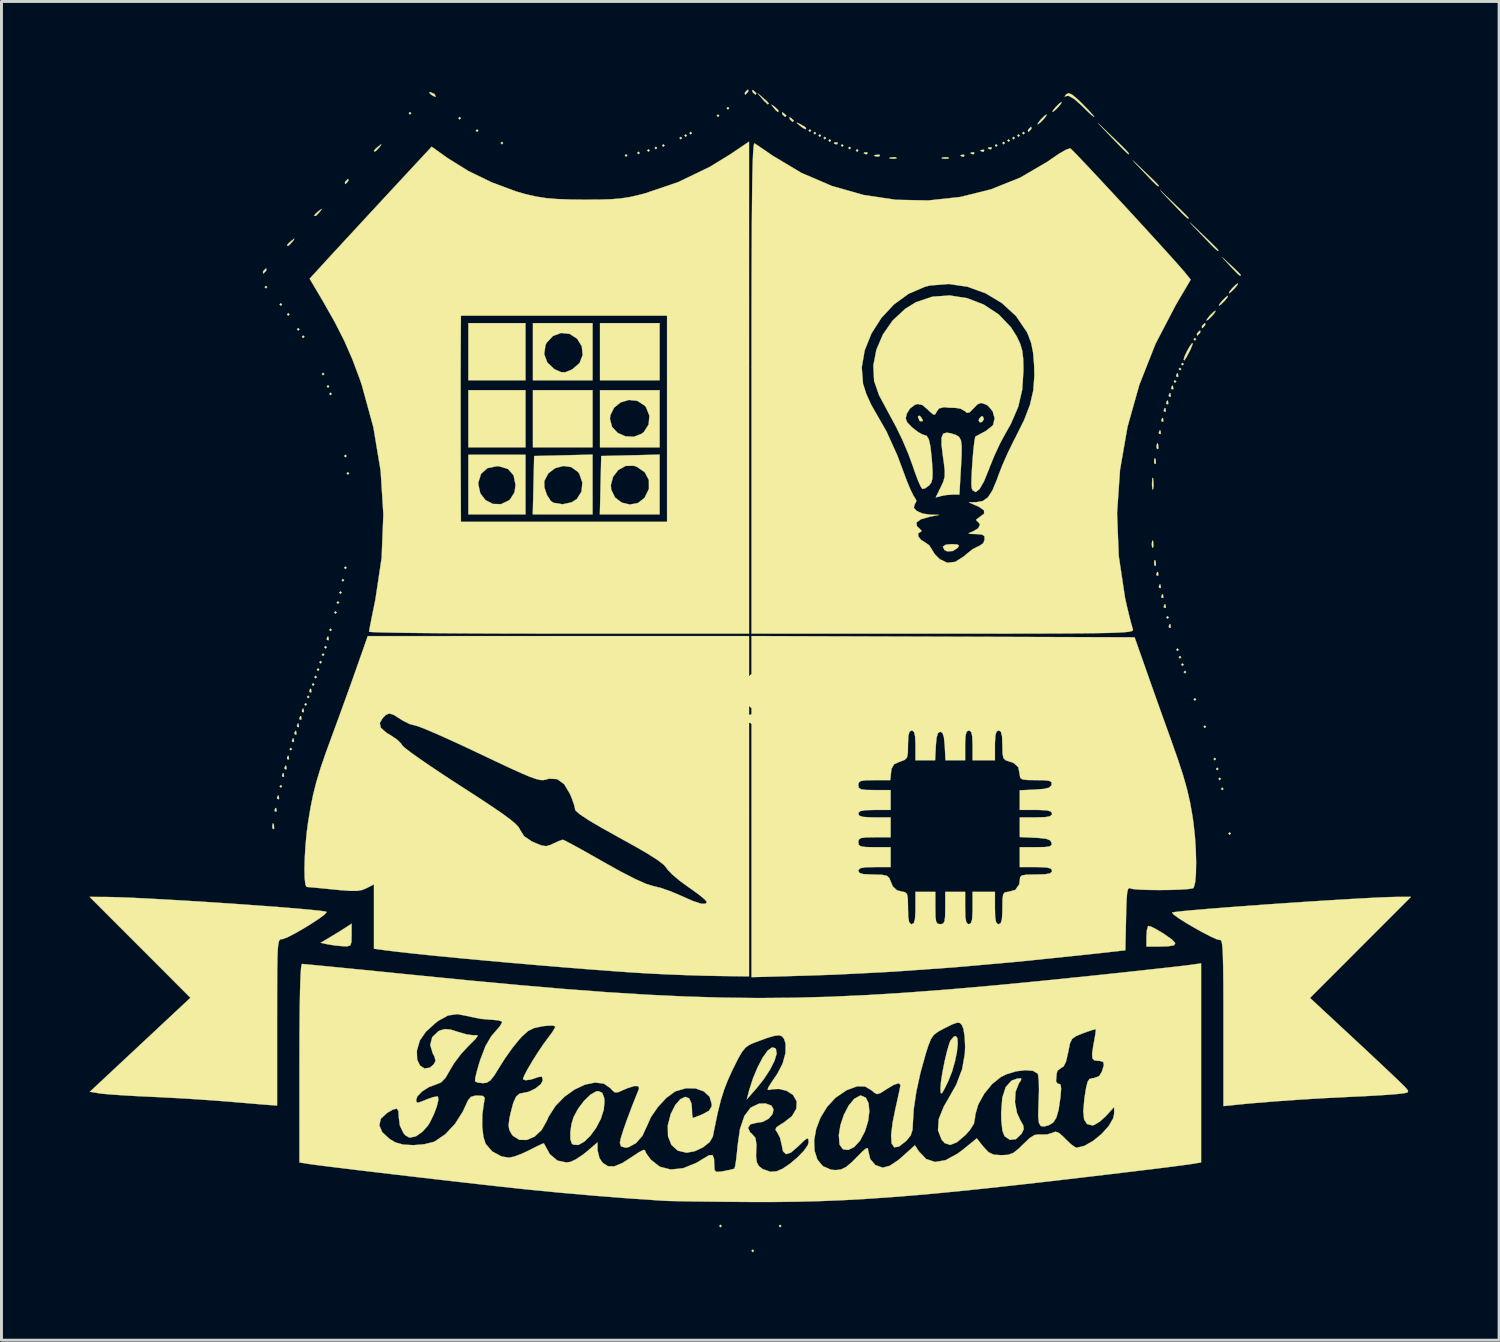
<source format=kicad_pcb>
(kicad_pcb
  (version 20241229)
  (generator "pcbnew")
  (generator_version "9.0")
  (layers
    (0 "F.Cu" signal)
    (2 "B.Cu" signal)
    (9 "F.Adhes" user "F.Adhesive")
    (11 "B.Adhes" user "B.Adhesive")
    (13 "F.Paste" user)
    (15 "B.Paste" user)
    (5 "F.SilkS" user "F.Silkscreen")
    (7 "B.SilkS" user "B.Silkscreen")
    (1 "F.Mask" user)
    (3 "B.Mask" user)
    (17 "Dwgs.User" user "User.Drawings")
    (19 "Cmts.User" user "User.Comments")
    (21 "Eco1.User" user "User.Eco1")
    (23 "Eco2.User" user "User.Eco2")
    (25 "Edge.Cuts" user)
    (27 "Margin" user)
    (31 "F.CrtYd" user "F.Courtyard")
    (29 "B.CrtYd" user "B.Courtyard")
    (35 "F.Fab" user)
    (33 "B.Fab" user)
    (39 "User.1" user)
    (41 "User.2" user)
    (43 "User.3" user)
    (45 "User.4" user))
  (footprint "logo"
    (layer "F.Cu")
    (at 22.482 20.325)
    (property "Reference" "logo" (at 0 0 0) (layer "F.SilkS") (effects (font (size 1.524 1.524) (thickness 0.3))))
    (attr through_hole)
    (fp_poly (pts (xy -16.425 -13.589) (xy -16.468 -13.547) (xy -16.51 -13.589) (xy -16.468 -13.631) (xy -16.425 -13.589)) (stroke (width 0.01) (type solid)) (fill yes) (layer "F.SilkS"))
    (fp_poly (pts (xy -15.917 -12.996) (xy -15.96 -12.954) (xy -16.002 -12.996) (xy -15.96 -13.039) (xy -15.917 -12.996)) (stroke (width 0.01) (type solid)) (fill yes) (layer "F.SilkS"))
    (fp_poly (pts (xy -15.917 3.429) (xy -15.96 3.471) (xy -16.002 3.429) (xy -15.96 3.387) (xy -15.917 3.429)) (stroke (width 0.01) (type solid)) (fill yes) (layer "F.SilkS"))
    (fp_poly (pts (xy -15.663 -12.658) (xy -15.706 -12.615) (xy -15.748 -12.658) (xy -15.706 -12.7) (xy -15.663 -12.658)) (stroke (width 0.01) (type solid)) (fill yes) (layer "F.SilkS"))
    (fp_poly (pts (xy -15.579 2.159) (xy -15.621 2.201) (xy -15.663 2.159) (xy -15.621 2.117) (xy -15.579 2.159)) (stroke (width 0.01) (type solid)) (fill yes) (layer "F.SilkS"))
    (fp_poly (pts (xy -15.325 -12.15) (xy -15.367 -12.107) (xy -15.409 -12.15) (xy -15.367 -12.192) (xy -15.325 -12.15)) (stroke (width 0.01) (type solid)) (fill yes) (layer "F.SilkS"))
    (fp_poly (pts (xy -15.155 -11.896) (xy -15.198 -11.853) (xy -15.24 -11.896) (xy -15.198 -11.938) (xy -15.155 -11.896)) (stroke (width 0.01) (type solid)) (fill yes) (layer "F.SilkS"))
    (fp_poly (pts (xy -15.071 0.635) (xy -15.113 0.677) (xy -15.155 0.635) (xy -15.113 0.593) (xy -15.071 0.635)) (stroke (width 0.01) (type solid)) (fill yes) (layer "F.SilkS"))
    (fp_poly (pts (xy -14.986 0.381) (xy -15.028 0.423) (xy -15.071 0.381) (xy -15.028 0.339) (xy -14.986 0.381)) (stroke (width 0.01) (type solid)) (fill yes) (layer "F.SilkS"))
    (fp_poly (pts (xy -14.817 -0.042) (xy -14.859 0) (xy -14.901 -0.042) (xy -14.859 -0.085) (xy -14.817 -0.042)) (stroke (width 0.01) (type solid)) (fill yes) (layer "F.SilkS"))
    (fp_poly (pts (xy -14.732 -0.296) (xy -14.774 -0.254) (xy -14.817 -0.296) (xy -14.774 -0.339) (xy -14.732 -0.296)) (stroke (width 0.01) (type solid)) (fill yes) (layer "F.SilkS"))
    (fp_poly (pts (xy -14.647 -0.55) (xy -14.69 -0.508) (xy -14.732 -0.55) (xy -14.69 -0.593) (xy -14.647 -0.55)) (stroke (width 0.01) (type solid)) (fill yes) (layer "F.SilkS"))
    (fp_poly (pts (xy -14.563 -0.804) (xy -14.605 -0.762) (xy -14.647 -0.804) (xy -14.605 -0.847) (xy -14.563 -0.804)) (stroke (width 0.01) (type solid)) (fill yes) (layer "F.SilkS"))
    (fp_poly (pts (xy -14.478 -10.626) (xy -14.52 -10.583) (xy -14.563 -10.626) (xy -14.52 -10.668) (xy -14.478 -10.626)) (stroke (width 0.01) (type solid)) (fill yes) (layer "F.SilkS"))
    (fp_poly (pts (xy -14.478 -1.058) (xy -14.52 -1.016) (xy -14.563 -1.058) (xy -14.52 -1.101) (xy -14.478 -1.058)) (stroke (width 0.01) (type solid)) (fill yes) (layer "F.SilkS"))
    (fp_poly (pts (xy -14.393 -1.312) (xy -14.436 -1.27) (xy -14.478 -1.312) (xy -14.436 -1.355) (xy -14.393 -1.312)) (stroke (width 0.01) (type solid)) (fill yes) (layer "F.SilkS"))
    (fp_poly (pts (xy -14.309 -10.202) (xy -14.351 -10.16) (xy -14.393 -10.202) (xy -14.351 -10.245) (xy -14.309 -10.202)) (stroke (width 0.01) (type solid)) (fill yes) (layer "F.SilkS"))
    (fp_poly (pts (xy -14.224 -9.948) (xy -14.266 -9.906) (xy -14.309 -9.948) (xy -14.266 -9.991) (xy -14.224 -9.948)) (stroke (width 0.01) (type solid)) (fill yes) (layer "F.SilkS"))
    (fp_poly (pts (xy -14.224 -1.905) (xy -14.266 -1.863) (xy -14.309 -1.905) (xy -14.266 -1.947) (xy -14.224 -1.905)) (stroke (width 0.01) (type solid)) (fill yes) (layer "F.SilkS"))
    (fp_poly (pts (xy -14.055 -2.498) (xy -14.097 -2.455) (xy -14.139 -2.498) (xy -14.097 -2.54) (xy -14.055 -2.498)) (stroke (width 0.01) (type solid)) (fill yes) (layer "F.SilkS"))
    (fp_poly (pts (xy -13.97 -2.836) (xy -14.012 -2.794) (xy -14.055 -2.836) (xy -14.012 -2.879) (xy -13.97 -2.836)) (stroke (width 0.01) (type solid)) (fill yes) (layer "F.SilkS"))
    (fp_poly (pts (xy -13.885 -3.175) (xy -13.928 -3.133) (xy -13.97 -3.175) (xy -13.928 -3.217) (xy -13.885 -3.175)) (stroke (width 0.01) (type solid)) (fill yes) (layer "F.SilkS"))
    (fp_poly (pts (xy -13.801 -3.598) (xy -13.843 -3.556) (xy -13.885 -3.598) (xy -13.843 -3.641) (xy -13.801 -3.598)) (stroke (width 0.01) (type solid)) (fill yes) (layer "F.SilkS"))
    (fp_poly (pts (xy -13.716 -7.832) (xy -13.758 -7.789) (xy -13.801 -7.832) (xy -13.758 -7.874) (xy -13.716 -7.832)) (stroke (width 0.01) (type solid)) (fill yes) (layer "F.SilkS"))
    (fp_poly (pts (xy -13.716 -4.022) (xy -13.758 -3.979) (xy -13.801 -4.022) (xy -13.758 -4.064) (xy -13.716 -4.022)) (stroke (width 0.01) (type solid)) (fill yes) (layer "F.SilkS"))
    (fp_poly (pts (xy -13.631 -7.239) (xy -13.674 -7.197) (xy -13.716 -7.239) (xy -13.674 -7.281) (xy -13.631 -7.239)) (stroke (width 0.01) (type solid)) (fill yes) (layer "F.SilkS"))
    (fp_poly (pts (xy -11.515 -19.516) (xy -11.557 -19.473) (xy -11.599 -19.516) (xy -11.557 -19.558) (xy -11.515 -19.516)) (stroke (width 0.01) (type solid)) (fill yes) (layer "F.SilkS"))
    (fp_poly (pts (xy -9.821 -19.346) (xy -9.864 -19.304) (xy -9.906 -19.346) (xy -9.864 -19.389) (xy -9.821 -19.346)) (stroke (width 0.01) (type solid)) (fill yes) (layer "F.SilkS"))
    (fp_poly (pts (xy -9.229 -18.923) (xy -9.271 -18.881) (xy -9.313 -18.923) (xy -9.271 -18.965) (xy -9.229 -18.923)) (stroke (width 0.01) (type solid)) (fill yes) (layer "F.SilkS"))
    (fp_poly (pts (xy -8.382 -18.5) (xy -8.424 -18.457) (xy -8.467 -18.5) (xy -8.424 -18.542) (xy -8.382 -18.5)) (stroke (width 0.01) (type solid)) (fill yes) (layer "F.SilkS"))
    (fp_poly (pts (xy -7.62 -10.414) (xy -9.567 -10.414) (xy -9.567 -12.361) (xy -7.62 -12.361) (xy -7.62 -10.414)) (stroke (width 0.01) (type solid)) (fill yes) (layer "F.SilkS"))
    (fp_poly (pts (xy -7.62 -8.128) (xy -9.567 -8.128) (xy -9.567 -10.075) (xy -7.62 -10.075) (xy -7.62 -8.128)) (stroke (width 0.01) (type solid)) (fill yes) (layer "F.SilkS"))
    (fp_poly (pts (xy -5.334 -8.128) (xy -7.366 -8.128) (xy -7.366 -10.075) (xy -5.334 -10.075) (xy -5.334 -8.128)) (stroke (width 0.01) (type solid)) (fill yes) (layer "F.SilkS"))
    (fp_poly (pts (xy -4.149 -18.076) (xy -4.191 -18.034) (xy -4.233 -18.076) (xy -4.191 -18.119) (xy -4.149 -18.076)) (stroke (width 0.01) (type solid)) (fill yes) (layer "F.SilkS"))
    (fp_poly (pts (xy -3.725 -18.161) (xy -3.768 -18.119) (xy -3.81 -18.161) (xy -3.768 -18.203) (xy -3.725 -18.161)) (stroke (width 0.01) (type solid)) (fill yes) (layer "F.SilkS"))
    (fp_poly (pts (xy -3.387 -18.246) (xy -3.429 -18.203) (xy -3.471 -18.246) (xy -3.429 -18.288) (xy -3.387 -18.246)) (stroke (width 0.01) (type solid)) (fill yes) (layer "F.SilkS"))
    (fp_poly (pts (xy -3.133 -18.33) (xy -3.175 -18.288) (xy -3.217 -18.33) (xy -3.175 -18.373) (xy -3.133 -18.33)) (stroke (width 0.01) (type solid)) (fill yes) (layer "F.SilkS"))
    (fp_poly (pts (xy -3.048 -10.414) (xy -5.08 -10.414) (xy -5.08 -12.361) (xy -3.048 -12.361) (xy -3.048 -10.414)) (stroke (width 0.01) (type solid)) (fill yes) (layer "F.SilkS"))
    (fp_poly (pts (xy -2.879 -18.415) (xy -2.921 -18.373) (xy -2.963 -18.415) (xy -2.921 -18.457) (xy -2.879 -18.415)) (stroke (width 0.01) (type solid)) (fill yes) (layer "F.SilkS"))
    (fp_poly (pts (xy -2.286 -18.669) (xy -2.328 -18.627) (xy -2.371 -18.669) (xy -2.328 -18.711) (xy -2.286 -18.669)) (stroke (width 0.01) (type solid)) (fill yes) (layer "F.SilkS"))
    (fp_poly (pts (xy -2.117 -18.754) (xy -2.159 -18.711) (xy -2.201 -18.754) (xy -2.159 -18.796) (xy -2.117 -18.754)) (stroke (width 0.01) (type solid)) (fill yes) (layer "F.SilkS"))
    (fp_poly (pts (xy -1.947 -18.838) (xy -1.99 -18.796) (xy -2.032 -18.838) (xy -1.99 -18.881) (xy -1.947 -18.838)) (stroke (width 0.01) (type solid)) (fill yes) (layer "F.SilkS"))
    (fp_poly (pts (xy -1.016 -19.431) (xy -1.058 -19.389) (xy -1.101 -19.431) (xy -1.058 -19.473) (xy -1.016 -19.431)) (stroke (width 0.01) (type solid)) (fill yes) (layer "F.SilkS"))
    (fp_poly (pts (xy -0.931 18.415) (xy -0.974 18.457) (xy -1.016 18.415) (xy -0.974 18.373) (xy -0.931 18.415)) (stroke (width 0.01) (type solid)) (fill yes) (layer "F.SilkS"))
    (fp_poly (pts (xy -0.677 -19.685) (xy -0.72 -19.643) (xy -0.762 -19.685) (xy -0.72 -19.727) (xy -0.677 -19.685)) (stroke (width 0.01) (type solid)) (fill yes) (layer "F.SilkS"))
    (fp_poly (pts (xy 0.169 19.262) (xy 0.127 19.304) (xy 0.085 19.262) (xy 0.127 19.219) (xy 0.169 19.262)) (stroke (width 0.01) (type solid)) (fill yes) (layer "F.SilkS"))
    (fp_poly (pts (xy 1.101 18.415) (xy 1.058 18.457) (xy 1.016 18.415) (xy 1.058 18.373) (xy 1.101 18.415)) (stroke (width 0.01) (type solid)) (fill yes) (layer "F.SilkS"))
    (fp_poly (pts (xy 2.117 -18.923) (xy 2.074 -18.881) (xy 2.032 -18.923) (xy 2.074 -18.965) (xy 2.117 -18.923)) (stroke (width 0.01) (type solid)) (fill yes) (layer "F.SilkS"))
    (fp_poly (pts (xy 2.286 -18.838) (xy 2.244 -18.796) (xy 2.201 -18.838) (xy 2.244 -18.881) (xy 2.286 -18.838)) (stroke (width 0.01) (type solid)) (fill yes) (layer "F.SilkS"))
    (fp_poly (pts (xy 2.455 -18.754) (xy 2.413 -18.711) (xy 2.371 -18.754) (xy 2.413 -18.796) (xy 2.455 -18.754)) (stroke (width 0.01) (type solid)) (fill yes) (layer "F.SilkS"))
    (fp_poly (pts (xy 2.625 -18.669) (xy 2.582 -18.627) (xy 2.54 -18.669) (xy 2.582 -18.711) (xy 2.625 -18.669)) (stroke (width 0.01) (type solid)) (fill yes) (layer "F.SilkS"))
    (fp_poly (pts (xy 2.794 -18.584) (xy 2.752 -18.542) (xy 2.709 -18.584) (xy 2.752 -18.627) (xy 2.794 -18.584)) (stroke (width 0.01) (type solid)) (fill yes) (layer "F.SilkS"))
    (fp_poly (pts (xy 3.217 -18.415) (xy 3.175 -18.373) (xy 3.133 -18.415) (xy 3.175 -18.457) (xy 3.217 -18.415)) (stroke (width 0.01) (type solid)) (fill yes) (layer "F.SilkS"))
    (fp_poly (pts (xy 3.471 -18.33) (xy 3.429 -18.288) (xy 3.387 -18.33) (xy 3.429 -18.373) (xy 3.471 -18.33)) (stroke (width 0.01) (type solid)) (fill yes) (layer "F.SilkS"))
    (fp_poly (pts (xy 3.725 -18.246) (xy 3.683 -18.203) (xy 3.641 -18.246) (xy 3.683 -18.288) (xy 3.725 -18.246)) (stroke (width 0.01) (type solid)) (fill yes) (layer "F.SilkS"))
    (fp_poly (pts (xy 8.467 -18.415) (xy 8.424 -18.373) (xy 8.382 -18.415) (xy 8.424 -18.457) (xy 8.467 -18.415)) (stroke (width 0.01) (type solid)) (fill yes) (layer "F.SilkS"))
    (fp_poly (pts (xy 8.721 -18.5) (xy 8.678 -18.457) (xy 8.636 -18.5) (xy 8.678 -18.542) (xy 8.721 -18.5)) (stroke (width 0.01) (type solid)) (fill yes) (layer "F.SilkS"))
    (fp_poly (pts (xy 8.89 -18.584) (xy 8.848 -18.542) (xy 8.805 -18.584) (xy 8.848 -18.627) (xy 8.89 -18.584)) (stroke (width 0.01) (type solid)) (fill yes) (layer "F.SilkS"))
    (fp_poly (pts (xy 9.059 -18.669) (xy 9.017 -18.627) (xy 8.975 -18.669) (xy 9.017 -18.711) (xy 9.059 -18.669)) (stroke (width 0.01) (type solid)) (fill yes) (layer "F.SilkS"))
    (fp_poly (pts (xy 9.229 -18.754) (xy 9.186 -18.711) (xy 9.144 -18.754) (xy 9.186 -18.796) (xy 9.229 -18.754)) (stroke (width 0.01) (type solid)) (fill yes) (layer "F.SilkS"))
    (fp_poly (pts (xy 9.398 -18.838) (xy 9.356 -18.796) (xy 9.313 -18.838) (xy 9.356 -18.881) (xy 9.398 -18.838)) (stroke (width 0.01) (type solid)) (fill yes) (layer "F.SilkS"))
    (fp_poly (pts (xy 14.309 -2.328) (xy 14.266 -2.286) (xy 14.224 -2.328) (xy 14.266 -2.371) (xy 14.309 -2.328)) (stroke (width 0.01) (type solid)) (fill yes) (layer "F.SilkS"))
    (fp_poly (pts (xy 14.563 -10.372) (xy 14.52 -10.329) (xy 14.478 -10.372) (xy 14.52 -10.414) (xy 14.563 -10.372)) (stroke (width 0.01) (type solid)) (fill yes) (layer "F.SilkS"))
    (fp_poly (pts (xy 14.647 -1.228) (xy 14.605 -1.185) (xy 14.563 -1.228) (xy 14.605 -1.27) (xy 14.647 -1.228)) (stroke (width 0.01) (type solid)) (fill yes) (layer "F.SilkS"))
    (fp_poly (pts (xy 14.732 -10.795) (xy 14.69 -10.753) (xy 14.647 -10.795) (xy 14.69 -10.837) (xy 14.732 -10.795)) (stroke (width 0.01) (type solid)) (fill yes) (layer "F.SilkS"))
    (fp_poly (pts (xy 14.732 -0.974) (xy 14.69 -0.931) (xy 14.647 -0.974) (xy 14.69 -1.016) (xy 14.732 -0.974)) (stroke (width 0.01) (type solid)) (fill yes) (layer "F.SilkS"))
    (fp_poly (pts (xy 14.817 -10.964) (xy 14.774 -10.922) (xy 14.732 -10.964) (xy 14.774 -11.007) (xy 14.817 -10.964)) (stroke (width 0.01) (type solid)) (fill yes) (layer "F.SilkS"))
    (fp_poly (pts (xy 14.817 -0.72) (xy 14.774 -0.677) (xy 14.732 -0.72) (xy 14.774 -0.762) (xy 14.817 -0.72)) (stroke (width 0.01) (type solid)) (fill yes) (layer "F.SilkS"))
    (fp_poly (pts (xy 14.901 -0.466) (xy 14.859 -0.423) (xy 14.817 -0.466) (xy 14.859 -0.508) (xy 14.901 -0.466)) (stroke (width 0.01) (type solid)) (fill yes) (layer "F.SilkS"))
    (fp_poly (pts (xy 15.24 -11.811) (xy 15.198 -11.769) (xy 15.155 -11.811) (xy 15.198 -11.853) (xy 15.24 -11.811)) (stroke (width 0.01) (type solid)) (fill yes) (layer "F.SilkS"))
    (fp_poly (pts (xy 15.24 0.466) (xy 15.198 0.508) (xy 15.155 0.466) (xy 15.198 0.423) (xy 15.24 0.466)) (stroke (width 0.01) (type solid)) (fill yes) (layer "F.SilkS"))
    (fp_poly (pts (xy 15.579 1.397) (xy 15.536 1.439) (xy 15.494 1.397) (xy 15.536 1.355) (xy 15.579 1.397)) (stroke (width 0.01) (type solid)) (fill yes) (layer "F.SilkS"))
    (fp_poly (pts (xy 15.917 2.498) (xy 15.875 2.54) (xy 15.833 2.498) (xy 15.875 2.455) (xy 15.917 2.498)) (stroke (width 0.01) (type solid)) (fill yes) (layer "F.SilkS"))
    (fp_poly (pts (xy 16.002 2.836) (xy 15.96 2.879) (xy 15.917 2.836) (xy 15.96 2.794) (xy 16.002 2.836)) (stroke (width 0.01) (type solid)) (fill yes) (layer "F.SilkS"))
    (fp_poly (pts (xy 16.087 3.175) (xy 16.044 3.217) (xy 16.002 3.175) (xy 16.044 3.133) (xy 16.087 3.175)) (stroke (width 0.01) (type solid)) (fill yes) (layer "F.SilkS"))
    (fp_poly (pts (xy 16.171 3.514) (xy 16.129 3.556) (xy 16.087 3.514) (xy 16.129 3.471) (xy 16.171 3.514)) (stroke (width 0.01) (type solid)) (fill yes) (layer "F.SilkS"))
    (fp_poly (pts (xy 16.425 5.038) (xy 16.383 5.08) (xy 16.341 5.038) (xy 16.383 4.995) (xy 16.425 5.038)) (stroke (width 0.01) (type solid)) (fill yes) (layer "F.SilkS"))
    (fp_poly (pts (xy -16.198 4.725) (xy -16.188 4.858) (xy -16.205 4.888) (xy -16.243 4.862) (xy -16.249 4.777) (xy -16.229 4.686) (xy -16.198 4.725)) (stroke (width 0.01) (type solid)) (fill yes) (layer "F.SilkS"))
    (fp_poly (pts (xy -16.115 4.177) (xy -16.105 4.277) (xy -16.115 4.29) (xy -16.165 4.278) (xy -16.171 4.233) (xy -16.14 4.164) (xy -16.115 4.177)) (stroke (width 0.01) (type solid)) (fill yes) (layer "F.SilkS"))
    (fp_poly (pts (xy -16.03 3.754) (xy -16.02 3.854) (xy -16.03 3.866) (xy -16.081 3.855) (xy -16.087 3.81) (xy -16.056 3.74) (xy -16.03 3.754)) (stroke (width 0.01) (type solid)) (fill yes) (layer "F.SilkS"))
    (fp_poly (pts (xy -15.861 2.992) (xy -15.851 3.092) (xy -15.861 3.104) (xy -15.911 3.093) (xy -15.917 3.048) (xy -15.886 2.978) (xy -15.861 2.992)) (stroke (width 0.01) (type solid)) (fill yes) (layer "F.SilkS"))
    (fp_poly (pts (xy -15.776 2.738) (xy -15.766 2.838) (xy -15.776 2.85) (xy -15.827 2.839) (xy -15.833 2.794) (xy -15.802 2.724) (xy -15.776 2.738)) (stroke (width 0.01) (type solid)) (fill yes) (layer "F.SilkS"))
    (fp_poly (pts (xy -15.692 2.399) (xy -15.681 2.499) (xy -15.692 2.512) (xy -15.742 2.5) (xy -15.748 2.455) (xy -15.717 2.386) (xy -15.692 2.399)) (stroke (width 0.01) (type solid)) (fill yes) (layer "F.SilkS"))
    (fp_poly (pts (xy -15.522 1.806) (xy -15.512 1.907) (xy -15.522 1.919) (xy -15.573 1.907) (xy -15.579 1.863) (xy -15.548 1.793) (xy -15.522 1.806)) (stroke (width 0.01) (type solid)) (fill yes) (layer "F.SilkS"))
    (fp_poly (pts (xy -15.438 1.552) (xy -15.427 1.653) (xy -15.438 1.665) (xy -15.488 1.653) (xy -15.494 1.609) (xy -15.463 1.539) (xy -15.438 1.552)) (stroke (width 0.01) (type solid)) (fill yes) (layer "F.SilkS"))
    (fp_poly (pts (xy -15.353 1.298) (xy -15.343 1.399) (xy -15.353 1.411) (xy -15.403 1.399) (xy -15.409 1.355) (xy -15.378 1.285) (xy -15.353 1.298)) (stroke (width 0.01) (type solid)) (fill yes) (layer "F.SilkS"))
    (fp_poly (pts (xy -15.268 1.044) (xy -15.258 1.145) (xy -15.268 1.157) (xy -15.319 1.145) (xy -15.325 1.101) (xy -15.294 1.031) (xy -15.268 1.044)) (stroke (width 0.01) (type solid)) (fill yes) (layer "F.SilkS"))
    (fp_poly (pts (xy -15.184 0.79) (xy -15.173 0.891) (xy -15.184 0.903) (xy -15.234 0.891) (xy -15.24 0.847) (xy -15.209 0.777) (xy -15.184 0.79)) (stroke (width 0.01) (type solid)) (fill yes) (layer "F.SilkS"))
    (fp_poly (pts (xy -14.93 0.113) (xy -14.919 0.213) (xy -14.93 0.226) (xy -14.98 0.214) (xy -14.986 0.169) (xy -14.955 0.1) (xy -14.93 0.113)) (stroke (width 0.01) (type solid)) (fill yes) (layer "F.SilkS"))
    (fp_poly (pts (xy -14.337 -1.665) (xy -14.327 -1.565) (xy -14.337 -1.552) (xy -14.387 -1.564) (xy -14.393 -1.609) (xy -14.362 -1.678) (xy -14.337 -1.665)) (stroke (width 0.01) (type solid)) (fill yes) (layer "F.SilkS"))
    (fp_poly (pts (xy 3.02 -18.514) (xy 3.008 -18.463) (xy 2.963 -18.457) (xy 2.894 -18.488) (xy 2.907 -18.514) (xy 3.007 -18.524) (xy 3.02 -18.514)) (stroke (width 0.01) (type solid)) (fill yes) (layer "F.SilkS"))
    (fp_poly (pts (xy 4.036 -18.175) (xy 4.024 -18.125) (xy 3.979 -18.119) (xy 3.91 -18.15) (xy 3.923 -18.175) (xy 4.023 -18.185) (xy 4.036 -18.175)) (stroke (width 0.01) (type solid)) (fill yes) (layer "F.SilkS"))
    (fp_poly (pts (xy 4.464 -18.085) (xy 4.439 -18.047) (xy 4.353 -18.041) (xy 4.263 -18.061) (xy 4.302 -18.092) (xy 4.434 -18.102) (xy 4.464 -18.085)) (stroke (width 0.01) (type solid)) (fill yes) (layer "F.SilkS"))
    (fp_poly (pts (xy 5.016 -18.005) (xy 5.027 -17.975) (xy 4.911 -17.963) (xy 4.79 -17.976) (xy 4.805 -18.005) (xy 4.978 -18.017) (xy 5.016 -18.005)) (stroke (width 0.01) (type solid)) (fill yes) (layer "F.SilkS"))
    (fp_poly (pts (xy 6.795 -18.005) (xy 6.805 -17.975) (xy 6.689 -17.963) (xy 6.568 -17.976) (xy 6.583 -18.005) (xy 6.756 -18.017) (xy 6.795 -18.005)) (stroke (width 0.01) (type solid)) (fill yes) (layer "F.SilkS"))
    (fp_poly (pts (xy 7.338 -18.09) (xy 7.326 -18.04) (xy 7.281 -18.034) (xy 7.212 -18.065) (xy 7.225 -18.09) (xy 7.325 -18.101) (xy 7.338 -18.09)) (stroke (width 0.01) (type solid)) (fill yes) (layer "F.SilkS"))
    (fp_poly (pts (xy 7.676 -18.175) (xy 7.665 -18.125) (xy 7.62 -18.119) (xy 7.55 -18.15) (xy 7.564 -18.175) (xy 7.664 -18.185) (xy 7.676 -18.175)) (stroke (width 0.01) (type solid)) (fill yes) (layer "F.SilkS"))
    (fp_poly (pts (xy 8.015 -18.26) (xy 8.003 -18.209) (xy 7.959 -18.203) (xy 7.889 -18.234) (xy 7.902 -18.26) (xy 8.003 -18.27) (xy 8.015 -18.26)) (stroke (width 0.01) (type solid)) (fill yes) (layer "F.SilkS"))
    (fp_poly (pts (xy 8.269 -18.344) (xy 8.257 -18.294) (xy 8.213 -18.288) (xy 8.143 -18.319) (xy 8.156 -18.344) (xy 8.257 -18.355) (xy 8.269 -18.344)) (stroke (width 0.01) (type solid)) (fill yes) (layer "F.SilkS"))
    (fp_poly (pts (xy 13.772 -4.932) (xy 13.783 -4.758) (xy 13.772 -4.72) (xy 13.741 -4.71) (xy 13.729 -4.826) (xy 13.743 -4.946) (xy 13.772 -4.932)) (stroke (width 0.01) (type solid)) (fill yes) (layer "F.SilkS"))
    (fp_poly (pts (xy 13.859 -7.721) (xy 13.869 -7.588) (xy 13.852 -7.558) (xy 13.813 -7.584) (xy 13.807 -7.669) (xy 13.828 -7.76) (xy 13.859 -7.721)) (stroke (width 0.01) (type solid)) (fill yes) (layer "F.SilkS"))
    (fp_poly (pts (xy 13.859 -4.249) (xy 13.869 -4.117) (xy 13.852 -4.087) (xy 13.813 -4.112) (xy 13.807 -4.198) (xy 13.828 -4.288) (xy 13.859 -4.249)) (stroke (width 0.01) (type solid)) (fill yes) (layer "F.SilkS"))
    (fp_poly (pts (xy 13.942 -3.866) (xy 13.952 -3.766) (xy 13.942 -3.754) (xy 13.891 -3.765) (xy 13.885 -3.81) (xy 13.916 -3.88) (xy 13.942 -3.866)) (stroke (width 0.01) (type solid)) (fill yes) (layer "F.SilkS"))
    (fp_poly (pts (xy 13.943 -8.229) (xy 13.953 -8.096) (xy 13.936 -8.066) (xy 13.898 -8.092) (xy 13.892 -8.177) (xy 13.913 -8.268) (xy 13.943 -8.229)) (stroke (width 0.01) (type solid)) (fill yes) (layer "F.SilkS"))
    (fp_poly (pts (xy 14.026 -8.692) (xy 14.037 -8.592) (xy 14.026 -8.58) (xy 13.976 -8.591) (xy 13.97 -8.636) (xy 14.001 -8.706) (xy 14.026 -8.692)) (stroke (width 0.01) (type solid)) (fill yes) (layer "F.SilkS"))
    (fp_poly (pts (xy 14.026 -3.443) (xy 14.037 -3.343) (xy 14.026 -3.33) (xy 13.976 -3.342) (xy 13.97 -3.387) (xy 14.001 -3.456) (xy 14.026 -3.443)) (stroke (width 0.01) (type solid)) (fill yes) (layer "F.SilkS"))
    (fp_poly (pts (xy 14.111 -9.116) (xy 14.121 -9.015) (xy 14.111 -9.003) (xy 14.061 -9.015) (xy 14.055 -9.059) (xy 14.086 -9.129) (xy 14.111 -9.116)) (stroke (width 0.01) (type solid)) (fill yes) (layer "F.SilkS"))
    (fp_poly (pts (xy 14.111 -3.104) (xy 14.121 -3.004) (xy 14.111 -2.992) (xy 14.061 -3.003) (xy 14.055 -3.048) (xy 14.086 -3.118) (xy 14.111 -3.104)) (stroke (width 0.01) (type solid)) (fill yes) (layer "F.SilkS"))
    (fp_poly (pts (xy 14.196 -9.454) (xy 14.206 -9.354) (xy 14.196 -9.342) (xy 14.145 -9.353) (xy 14.139 -9.398) (xy 14.17 -9.468) (xy 14.196 -9.454)) (stroke (width 0.01) (type solid)) (fill yes) (layer "F.SilkS"))
    (fp_poly (pts (xy 14.196 -2.766) (xy 14.206 -2.665) (xy 14.196 -2.653) (xy 14.145 -2.665) (xy 14.139 -2.709) (xy 14.17 -2.779) (xy 14.196 -2.766)) (stroke (width 0.01) (type solid)) (fill yes) (layer "F.SilkS"))
    (fp_poly (pts (xy 14.28 -9.708) (xy 14.291 -9.608) (xy 14.28 -9.596) (xy 14.23 -9.607) (xy 14.224 -9.652) (xy 14.255 -9.722) (xy 14.28 -9.708)) (stroke (width 0.01) (type solid)) (fill yes) (layer "F.SilkS"))
    (fp_poly (pts (xy 14.365 -9.962) (xy 14.375 -9.862) (xy 14.365 -9.85) (xy 14.315 -9.861) (xy 14.309 -9.906) (xy 14.34 -9.976) (xy 14.365 -9.962)) (stroke (width 0.01) (type solid)) (fill yes) (layer "F.SilkS"))
    (fp_poly (pts (xy 14.365 -2.088) (xy 14.375 -1.988) (xy 14.365 -1.976) (xy 14.315 -1.987) (xy 14.309 -2.032) (xy 14.34 -2.102) (xy 14.365 -2.088)) (stroke (width 0.01) (type solid)) (fill yes) (layer "F.SilkS"))
    (fp_poly (pts (xy 14.45 -10.216) (xy 14.46 -10.116) (xy 14.45 -10.104) (xy 14.399 -10.115) (xy 14.393 -10.16) (xy 14.424 -10.23) (xy 14.45 -10.216)) (stroke (width 0.01) (type solid)) (fill yes) (layer "F.SilkS"))
    (fp_poly (pts (xy 14.619 -10.64) (xy 14.629 -10.539) (xy 14.619 -10.527) (xy 14.569 -10.539) (xy 14.563 -10.583) (xy 14.594 -10.653) (xy 14.619 -10.64)) (stroke (width 0.01) (type solid)) (fill yes) (layer "F.SilkS"))
    (fp_poly (pts (xy -10.728 -20.174) (xy -10.71 -20.151) (xy -10.681 -20.075) (xy -10.761 -20.103) (xy -10.837 -20.151) (xy -10.902 -20.219) (xy -10.863 -20.234) (xy -10.728 -20.174)) (stroke (width 0.01) (type solid)) (fill yes) (layer "F.SilkS"))
    (fp_poly (pts (xy 0.156 -20.286) (xy 0.247 -20.201) (xy 0.229 -20.151) (xy 0.217 -20.151) (xy 0.145 -20.211) (xy 0.119 -20.248) (xy 0.109 -20.306) (xy 0.156 -20.286)) (stroke (width 0.01) (type solid)) (fill yes) (layer "F.SilkS"))
    (fp_poly (pts (xy 0.487 -20.032) (xy 0.623 -19.908) (xy 0.677 -19.841) (xy 0.639 -19.82) (xy 0.517 -19.934) (xy 0.458 -20.003) (xy 0.296 -20.193) (xy 0.487 -20.032)) (stroke (width 0.01) (type solid)) (fill yes) (layer "F.SilkS"))
    (fp_poly (pts (xy 1.172 -19.524) (xy 1.262 -19.445) (xy 1.27 -19.426) (xy 1.23 -19.391) (xy 1.146 -19.469) (xy 1.135 -19.486) (xy 1.125 -19.544) (xy 1.172 -19.524)) (stroke (width 0.01) (type solid)) (fill yes) (layer "F.SilkS"))
    (fp_poly (pts (xy 1.426 -19.354) (xy 1.516 -19.276) (xy 1.524 -19.257) (xy 1.484 -19.222) (xy 1.4 -19.3) (xy 1.389 -19.317) (xy 1.379 -19.375) (xy 1.426 -19.354)) (stroke (width 0.01) (type solid)) (fill yes) (layer "F.SilkS"))
    (fp_poly (pts (xy 7.969 -9.18) (xy 8.007 -9.087) (xy 7.94 -8.994) (xy 7.872 -8.975) (xy 7.829 -9.037) (xy 7.843 -9.101) (xy 7.924 -9.187) (xy 7.969 -9.18)) (stroke (width 0.01) (type solid)) (fill yes) (layer "F.SilkS"))
    (fp_poly (pts (xy -16.452 -14.169) (xy -16.468 -14.139) (xy -16.547 -14.058) (xy -16.562 -14.055) (xy -16.568 -14.109) (xy -16.552 -14.139) (xy -16.473 -14.22) (xy -16.458 -14.224) (xy -16.452 -14.169)) (stroke (width 0.01) (type solid)) (fill yes) (layer "F.SilkS"))
    (fp_poly (pts (xy -15.521 -15.196) (xy -15.568 -15.134) (xy -15.691 -15.003) (xy -15.747 -15.003) (xy -15.748 -15.018) (xy -15.69 -15.089) (xy -15.6 -15.166) (xy -15.5 -15.239) (xy -15.521 -15.196)) (stroke (width 0.01) (type solid)) (fill yes) (layer "F.SilkS"))
    (fp_poly (pts (xy -14.589 -16.212) (xy -14.637 -16.15) (xy -14.76 -16.019) (xy -14.815 -16.019) (xy -14.817 -16.034) (xy -14.759 -16.105) (xy -14.668 -16.182) (xy -14.568 -16.255) (xy -14.589 -16.212)) (stroke (width 0.01) (type solid)) (fill yes) (layer "F.SilkS"))
    (fp_poly (pts (xy -13.658 -17.217) (xy -13.674 -17.187) (xy -13.753 -17.106) (xy -13.768 -17.103) (xy -13.774 -17.157) (xy -13.758 -17.187) (xy -13.679 -17.268) (xy -13.664 -17.272) (xy -13.658 -17.217)) (stroke (width 0.01) (type solid)) (fill yes) (layer "F.SilkS"))
    (fp_poly (pts (xy -12.557 -18.413) (xy -12.605 -18.352) (xy -12.728 -18.22) (xy -12.783 -18.22) (xy -12.785 -18.235) (xy -12.727 -18.306) (xy -12.636 -18.383) (xy -12.536 -18.457) (xy -12.557 -18.413)) (stroke (width 0.01) (type solid)) (fill yes) (layer "F.SilkS"))
    (fp_poly (pts (xy -0.027 -20.265) (xy -0.042 -20.235) (xy -0.122 -20.154) (xy -0.137 -20.151) (xy -0.143 -20.205) (xy -0.127 -20.235) (xy -0.047 -20.316) (xy -0.032 -20.32) (xy -0.027 -20.265)) (stroke (width 0.01) (type solid)) (fill yes) (layer "F.SilkS"))
    (fp_poly (pts (xy 0.806 -19.785) (xy 0.868 -19.738) (xy 0.999 -19.615) (xy 0.999 -19.559) (xy 0.984 -19.558) (xy 0.913 -19.616) (xy 0.836 -19.706) (xy 0.763 -19.806) (xy 0.806 -19.785)) (stroke (width 0.01) (type solid)) (fill yes) (layer "F.SilkS"))
    (fp_poly (pts (xy 1.652 -19.186) (xy 1.757 -19.136) (xy 1.901 -19.053) (xy 1.947 -19.005) (xy 1.921 -18.969) (xy 1.819 -19.028) (xy 1.731 -19.097) (xy 1.622 -19.188) (xy 1.652 -19.186)) (stroke (width 0.01) (type solid)) (fill yes) (layer "F.SilkS"))
    (fp_poly (pts (xy 5.858 -9.162) (xy 5.922 -9.055) (xy 5.914 -9.018) (xy 5.826 -9.021) (xy 5.814 -9.031) (xy 5.758 -9.161) (xy 5.757 -9.175) (xy 5.8 -9.207) (xy 5.858 -9.162)) (stroke (width 0.01) (type solid)) (fill yes) (layer "F.SilkS"))
    (fp_poly (pts (xy 9.625 -18.995) (xy 9.61 -18.965) (xy 9.53 -18.884) (xy 9.515 -18.881) (xy 9.509 -18.935) (xy 9.525 -18.965) (xy 9.605 -19.046) (xy 9.62 -19.05) (xy 9.625 -18.995)) (stroke (width 0.01) (type solid)) (fill yes) (layer "F.SilkS"))
    (fp_poly (pts (xy 10.127 -19.42) (xy 10.033 -19.304) (xy 9.906 -19.179) (xy 9.837 -19.135) (xy 9.855 -19.188) (xy 9.948 -19.304) (xy 10.076 -19.429) (xy 10.144 -19.473) (xy 10.127 -19.42)) (stroke (width 0.01) (type solid)) (fill yes) (layer "F.SilkS"))
    (fp_poly (pts (xy 10.635 -19.844) (xy 10.541 -19.727) (xy 10.414 -19.602) (xy 10.345 -19.558) (xy 10.363 -19.611) (xy 10.456 -19.727) (xy 10.584 -19.853) (xy 10.652 -19.897) (xy 10.635 -19.844)) (stroke (width 0.01) (type solid)) (fill yes) (layer "F.SilkS"))
    (fp_poly (pts (xy 13.776 -7.048) (xy 13.79 -6.827) (xy 13.774 -6.709) (xy 13.751 -6.689) (xy 13.738 -6.811) (xy 13.737 -6.9) (xy 13.746 -7.064) (xy 13.765 -7.089) (xy 13.776 -7.048)) (stroke (width 0.01) (type solid)) (fill yes) (layer "F.SilkS"))
    (fp_poly (pts (xy 15.383 -12.053) (xy 15.367 -12.023) (xy 15.287 -11.942) (xy 15.272 -11.938) (xy 15.267 -11.993) (xy 15.282 -12.023) (xy 15.362 -12.104) (xy 15.377 -12.107) (xy 15.383 -12.053)) (stroke (width 0.01) (type solid)) (fill yes) (layer "F.SilkS"))
    (fp_poly (pts (xy 15.552 -12.307) (xy 15.536 -12.277) (xy 15.457 -12.196) (xy 15.442 -12.192) (xy 15.436 -12.247) (xy 15.452 -12.277) (xy 15.531 -12.358) (xy 15.546 -12.361) (xy 15.552 -12.307)) (stroke (width 0.01) (type solid)) (fill yes) (layer "F.SilkS"))
    (fp_poly (pts (xy 15.884 -12.732) (xy 15.79 -12.615) (xy 15.663 -12.49) (xy 15.595 -12.446) (xy 15.612 -12.499) (xy 15.706 -12.615) (xy 15.833 -12.741) (xy 15.901 -12.785) (xy 15.884 -12.732)) (stroke (width 0.01) (type solid)) (fill yes) (layer "F.SilkS"))
    (fp_poly (pts (xy 16.307 -13.24) (xy 16.214 -13.123) (xy 16.086 -12.998) (xy 16.018 -12.954) (xy 16.035 -13.007) (xy 16.129 -13.123) (xy 16.256 -13.249) (xy 16.325 -13.293) (xy 16.307 -13.24)) (stroke (width 0.01) (type solid)) (fill yes) (layer "F.SilkS"))
    (fp_poly (pts (xy 16.646 -13.663) (xy 16.552 -13.547) (xy 16.425 -13.421) (xy 16.357 -13.377) (xy 16.374 -13.43) (xy 16.468 -13.547) (xy 16.595 -13.672) (xy 16.663 -13.716) (xy 16.646 -13.663)) (stroke (width 0.01) (type solid)) (fill yes) (layer "F.SilkS"))
    (fp_poly (pts (xy 7.104 -4.816) (xy 7.158 -4.776) (xy 7.112 -4.699) (xy 6.947 -4.593) (xy 6.756 -4.58) (xy 6.66 -4.628) (xy 6.606 -4.742) (xy 6.71 -4.809) (xy 6.911 -4.826) (xy 7.104 -4.816)) (stroke (width 0.01) (type solid)) (fill yes) (layer "F.SilkS"))
    (fp_poly (pts (xy 16.447 -14.313) (xy 16.627 -14.143) (xy 16.742 -14.025) (xy 16.764 -13.996) (xy 16.741 -13.975) (xy 16.657 -14.04) (xy 16.491 -14.212) (xy 16.421 -14.287) (xy 16.129 -14.605) (xy 16.447 -14.313)) (stroke (width 0.01) (type solid)) (fill yes) (layer "F.SilkS"))
    (fp_poly (pts (xy 12.425 -18.672) (xy 12.695 -18.412) (xy 12.859 -18.247) (xy 12.937 -18.157) (xy 12.945 -18.122) (xy 12.93 -18.119) (xy 12.865 -18.176) (xy 12.712 -18.327) (xy 12.499 -18.546) (xy 12.401 -18.648) (xy 11.896 -19.177) (xy 12.425 -18.672)) (stroke (width 0.01) (type solid)) (fill yes) (layer "F.SilkS"))
    (fp_poly (pts (xy 13.525 -17.487) (xy 13.742 -17.279) (xy 13.9 -17.121) (xy 13.969 -17.045) (xy 13.97 -17.042) (xy 13.952 -17.023) (xy 13.885 -17.071) (xy 13.746 -17.206) (xy 13.516 -17.447) (xy 13.501 -17.462) (xy 13.081 -17.907) (xy 13.525 -17.487)) (stroke (width 0.01) (type solid)) (fill yes) (layer "F.SilkS"))
    (fp_poly (pts (xy 14.499 -16.428) (xy 14.727 -16.209) (xy 14.897 -16.039) (xy 14.982 -15.949) (xy 14.986 -15.941) (xy 14.969 -15.923) (xy 14.905 -15.968) (xy 14.773 -16.094) (xy 14.553 -16.322) (xy 14.475 -16.404) (xy 14.012 -16.891) (xy 14.499 -16.428)) (stroke (width 0.01) (type solid)) (fill yes) (layer "F.SilkS"))
    (fp_poly (pts (xy 15.515 -15.328) (xy 15.743 -15.108) (xy 15.913 -14.939) (xy 15.998 -14.848) (xy 16.002 -14.841) (xy 15.985 -14.822) (xy 15.921 -14.867) (xy 15.789 -14.994) (xy 15.569 -15.222) (xy 15.491 -15.303) (xy 15.028 -15.79) (xy 15.515 -15.328)) (stroke (width 0.01) (type solid)) (fill yes) (layer "F.SilkS"))
    (fp_poly (pts (xy 15.111 -11.618) (xy 15.043 -11.455) (xy 15.02 -11.409) (xy 14.9 -11.182) (xy 14.837 -11.091) (xy 14.817 -11.117) (xy 14.817 -11.124) (xy 14.852 -11.239) (xy 14.936 -11.415) (xy 15.033 -11.583) (xy 15.106 -11.679) (xy 15.117 -11.684) (xy 15.111 -11.618)) (stroke (width 0.01) (type solid)) (fill yes) (layer "F.SilkS"))
    (fp_poly (pts (xy -13.547 8.499) (xy -13.553 8.737) (xy -13.592 8.85) (xy -13.697 8.882) (xy -13.822 8.88) (xy -14.111 8.854) (xy -14.35 8.816) (xy -14.604 8.762) (xy -14.301 8.583) (xy -14.042 8.426) (xy -13.801 8.275) (xy -13.772 8.256) (xy -13.547 8.109) (xy -13.547 8.499)) (stroke (width 0.01) (type solid)) (fill yes) (layer "F.SilkS"))
    (fp_poly (pts (xy 13.708 8.212) (xy 13.903 8.312) (xy 14.154 8.465) (xy 14.16 8.47) (xy 14.419 8.652) (xy 14.529 8.774) (xy 14.486 8.847) (xy 14.285 8.882) (xy 13.963 8.89) (xy 13.547 8.89) (xy 13.547 8.556) (xy 13.561 8.336) (xy 13.598 8.201) (xy 13.61 8.187) (xy 13.708 8.212)) (stroke (width 0.01) (type solid)) (fill yes) (layer "F.SilkS"))
    (fp_poly (pts (xy 0.886 12.353) (xy 0.918 12.387) (xy 0.942 12.538) (xy 0.868 12.783) (xy 0.714 13.088) (xy 0.495 13.422) (xy 0.26 13.716) (xy -0.076 14.097) (xy 0.013 13.762) (xy 0.135 13.383) (xy 0.293 13.006) (xy 0.463 12.68) (xy 0.62 12.456) (xy 0.653 12.423) (xy 0.791 12.326) (xy 0.886 12.353)) (stroke (width 0.01) (type solid)) (fill yes) (layer "F.SilkS"))
    (fp_poly (pts (xy 11.01 -20.152) (xy 11.187 -20.005) (xy 11.367 -19.831) (xy 11.573 -19.619) (xy 11.715 -19.462) (xy 11.766 -19.39) (xy 11.764 -19.389) (xy 11.686 -19.444) (xy 11.527 -19.59) (xy 11.344 -19.771) (xy 11.091 -19.999) (xy 10.906 -20.104) (xy 10.839 -20.105) (xy 10.757 -20.086) (xy 10.811 -20.158) (xy 10.818 -20.164) (xy 10.896 -20.199) (xy 11.01 -20.152)) (stroke (width 0.01) (type solid)) (fill yes) (layer "F.SilkS"))
    (fp_poly (pts (xy 3.981 14.042) (xy 4.075 14.233) (xy 4.101 14.51) (xy 4.06 14.837) (xy 3.955 15.181) (xy 3.785 15.505) (xy 3.781 15.51) (xy 3.584 15.725) (xy 3.379 15.823) (xy 3.203 15.8) (xy 3.091 15.649) (xy 3.084 15.626) (xy 3.061 15.318) (xy 3.117 14.969) (xy 3.235 14.621) (xy 3.396 14.312) (xy 3.583 14.083) (xy 3.779 13.974) (xy 3.82 13.97) (xy 3.981 14.042)) (stroke (width 0.01) (type solid)) (fill yes) (layer "F.SilkS"))
    (fp_poly (pts (xy -5.003 13.877) (xy -4.941 14.039) (xy -4.927 14.155) (xy -4.951 14.449) (xy -5.053 14.764) (xy -5.213 15.07) (xy -5.408 15.339) (xy -5.618 15.542) (xy -5.819 15.653) (xy -5.992 15.643) (xy -6.04 15.607) (xy -6.088 15.463) (xy -6.091 15.221) (xy -6.052 14.942) (xy -5.98 14.702) (xy -5.822 14.41) (xy -5.618 14.143) (xy -5.401 13.935) (xy -5.206 13.825) (xy -5.131 13.818) (xy -5.003 13.877)) (stroke (width 0.01) (type solid)) (fill yes) (layer "F.SilkS"))
    (fp_poly (pts (xy 7.103 12.012) (xy 7.115 12.208) (xy 7.085 12.489) (xy 7.017 12.816) (xy 6.92 13.153) (xy 6.798 13.462) (xy 6.788 13.482) (xy 6.656 13.752) (xy 6.579 13.884) (xy 6.541 13.893) (xy 6.528 13.794) (xy 6.526 13.733) (xy 6.543 13.499) (xy 6.594 13.17) (xy 6.667 12.803) (xy 6.749 12.456) (xy 6.83 12.186) (xy 6.871 12.086) (xy 6.977 11.963) (xy 7.042 11.938) (xy 7.103 12.012)) (stroke (width 0.01) (type solid)) (fill yes) (layer "F.SilkS"))
    (fp_poly (pts (xy 9.276 13.437) (xy 9.196 13.558) (xy 9.085 13.842) (xy 9.065 14.199) (xy 9.134 14.562) (xy 9.237 14.788) (xy 9.346 14.983) (xy 9.365 15.112) (xy 9.3 15.249) (xy 9.277 15.285) (xy 9.093 15.457) (xy 8.887 15.477) (xy 8.71 15.354) (xy 8.637 15.164) (xy 8.599 14.815) (xy 8.594 14.556) (xy 8.633 14.043) (xy 8.75 13.679) (xy 8.948 13.46) (xy 9.141 13.391) (xy 9.271 13.382) (xy 9.276 13.437)) (stroke (width 0.01) (type solid)) (fill yes) (layer "F.SilkS"))
    (fp_poly (pts (xy -3.048 -5.842) (xy -5.085 -5.842) (xy -5.061 -6.84) (xy -4.711 -6.84) (xy -4.698 -6.684) (xy -4.566 -6.415) (xy -4.338 -6.242) (xy -4.061 -6.176) (xy -3.785 -6.23) (xy -3.562 -6.404) (xy -3.412 -6.709) (xy -3.414 -7.013) (xy -3.554 -7.277) (xy -3.819 -7.462) (xy -3.935 -7.5) (xy -4.211 -7.492) (xy -4.457 -7.354) (xy -4.636 -7.123) (xy -4.711 -6.84) (xy -5.061 -6.84) (xy -5.038 -7.832) (xy -3.048 -7.879) (xy -3.048 -5.842)) (stroke (width 0.01) (type solid)) (fill yes) (layer "F.SilkS"))
    (fp_poly (pts (xy 6.873 -8.605) (xy 7.045 -8.553) (xy 7.159 -8.483) (xy 7.223 -8.366) (xy 7.249 -8.169) (xy 7.246 -7.863) (xy 7.225 -7.467) (xy 7.171 -6.519) (xy 6.951 -6.518) (xy 6.702 -6.498) (xy 6.547 -6.468) (xy 6.363 -6.418) (xy 6.539 -6.774) (xy 6.626 -6.965) (xy 6.669 -7.132) (xy 6.672 -7.33) (xy 6.64 -7.613) (xy 6.611 -7.809) (xy 6.562 -8.205) (xy 6.563 -8.459) (xy 6.621 -8.593) (xy 6.745 -8.628) (xy 6.873 -8.605)) (stroke (width 0.01) (type solid)) (fill yes) (layer "F.SilkS"))
    (fp_poly (pts (xy -7.62 -5.842) (xy -9.567 -5.842) (xy -9.567 -6.872) (xy -9.229 -6.872) (xy -9.161 -6.558) (xy -8.983 -6.328) (xy -8.734 -6.198) (xy -8.454 -6.19) (xy -8.182 -6.32) (xy -8.144 -6.353) (xy -7.993 -6.592) (xy -7.959 -6.848) (xy -8.026 -7.174) (xy -8.218 -7.39) (xy -8.523 -7.482) (xy -8.594 -7.485) (xy -8.917 -7.417) (xy -9.134 -7.225) (xy -9.227 -6.928) (xy -9.229 -6.872) (xy -9.567 -6.872) (xy -9.567 -7.874) (xy -7.62 -7.874) (xy -7.62 -5.842)) (stroke (width 0.01) (type solid)) (fill yes) (layer "F.SilkS"))
    (fp_poly (pts (xy -5.334 -5.842) (xy -7.371 -5.842) (xy -7.344 -6.978) (xy -6.979 -6.978) (xy -6.975 -6.757) (xy -6.893 -6.509) (xy -6.764 -6.308) (xy -6.669 -6.237) (xy -6.359 -6.186) (xy -6.048 -6.252) (xy -5.869 -6.365) (xy -5.71 -6.62) (xy -5.681 -6.926) (xy -5.784 -7.223) (xy -5.831 -7.289) (xy -6.059 -7.453) (xy -6.335 -7.491) (xy -6.613 -7.415) (xy -6.844 -7.238) (xy -6.979 -6.978) (xy -7.344 -6.978) (xy -7.324 -7.832) (xy -5.334 -7.879) (xy -5.334 -5.842)) (stroke (width 0.01) (type solid)) (fill yes) (layer "F.SilkS"))
    (fp_poly (pts (xy -3.048 -8.128) (xy -5.08 -8.128) (xy -5.08 -9.093) (xy -4.741 -9.093) (xy -4.668 -8.822) (xy -4.478 -8.62) (xy -4.216 -8.503) (xy -3.927 -8.487) (xy -3.656 -8.592) (xy -3.583 -8.651) (xy -3.422 -8.907) (xy -3.396 -9.206) (xy -3.508 -9.489) (xy -3.559 -9.551) (xy -3.809 -9.712) (xy -4.094 -9.743) (xy -4.372 -9.661) (xy -4.598 -9.482) (xy -4.727 -9.225) (xy -4.741 -9.093) (xy -5.08 -9.093) (xy -5.08 -10.075) (xy -3.048 -10.075) (xy -3.048 -8.128)) (stroke (width 0.01) (type solid)) (fill yes) (layer "F.SilkS"))
    (fp_poly (pts (xy -5.334 -10.414) (xy -7.366 -10.414) (xy -7.366 -11.304) (xy -6.982 -11.304) (xy -6.877 -11.019) (xy -6.644 -10.799) (xy -6.604 -10.778) (xy -6.41 -10.691) (xy -6.265 -10.684) (xy -6.082 -10.759) (xy -6.017 -10.792) (xy -5.778 -10.998) (xy -5.67 -11.274) (xy -5.701 -11.572) (xy -5.857 -11.827) (xy -6.116 -11.996) (xy -6.407 -12.025) (xy -6.682 -11.923) (xy -6.895 -11.698) (xy -6.939 -11.609) (xy -6.982 -11.304) (xy -7.366 -11.304) (xy -7.366 -12.361) (xy -5.334 -12.361) (xy -5.334 -10.414)) (stroke (width 0.01) (type solid)) (fill yes) (layer "F.SilkS"))
    (fp_poly (pts (xy -21.928 7.199) (xy -21.596 7.206) (xy -21.152 7.222) (xy -20.615 7.247) (xy -20.007 7.28) (xy -19.347 7.318) (xy -18.656 7.36) (xy -17.955 7.406) (xy -17.263 7.453) (xy -16.6 7.501) (xy -15.989 7.547) (xy -15.447 7.591) (xy -14.997 7.631) (xy -14.658 7.666) (xy -14.451 7.694) (xy -14.393 7.711) (xy -14.462 7.792) (xy -14.642 7.928) (xy -14.896 8.097) (xy -15.185 8.274) (xy -15.471 8.438) (xy -15.716 8.565) (xy -15.882 8.631) (xy -15.913 8.636) (xy -15.96 8.64) (xy -15.997 8.662) (xy -16.027 8.721) (xy -16.049 8.831) (xy -16.065 9.011) (xy -16.075 9.278) (xy -16.082 9.648) (xy -16.085 10.138) (xy -16.086 10.765) (xy -16.087 11.472) (xy -16.087 14.309) (xy -16.277 14.296) (xy -16.428 14.285) (xy -16.711 14.262) (xy -17.091 14.23) (xy -17.531 14.193) (xy -17.695 14.179) (xy -18.238 14.137) (xy -18.88 14.093) (xy -19.552 14.053) (xy -20.183 14.02) (xy -20.362 14.012) (xy -20.866 13.988) (xy -21.335 13.961) (xy -21.732 13.934) (xy -22.021 13.909) (xy -22.136 13.895) (xy -22.471 13.84) (xy -20.756 12.238) (xy -19.041 10.636) (xy -20.759 8.916) (xy -22.477 7.197) (xy -21.928 7.199)) (stroke (width 0.01) (type solid)) (fill yes) (layer "F.SilkS"))
    (fp_poly (pts (xy 19.121 10.641) (xy 20.673 12.083) (xy 21.108 12.488) (xy 21.509 12.864) (xy 21.856 13.191) (xy 22.131 13.453) (xy 22.314 13.631) (xy 22.38 13.698) (xy 22.462 13.799) (xy 22.457 13.856) (xy 22.338 13.889) (xy 22.084 13.918) (xy 21.828 13.939) (xy 21.451 13.964) (xy 21 13.989) (xy 20.523 14.012) (xy 20.447 14.015) (xy 19.623 14.056) (xy 18.752 14.109) (xy 17.893 14.17) (xy 17.108 14.235) (xy 16.701 14.274) (xy 16.171 14.328) (xy 16.171 11.473) (xy 16.171 10.695) (xy 16.168 10.071) (xy 16.162 9.584) (xy 16.153 9.22) (xy 16.141 8.961) (xy 16.123 8.793) (xy 16.099 8.699) (xy 16.07 8.664) (xy 16.046 8.666) (xy 15.943 8.642) (xy 15.74 8.551) (xy 15.474 8.414) (xy 15.18 8.25) (xy 14.892 8.08) (xy 14.646 7.924) (xy 14.477 7.802) (xy 14.42 7.735) (xy 14.422 7.732) (xy 14.518 7.713) (xy 14.763 7.684) (xy 15.135 7.649) (xy 15.615 7.608) (xy 16.181 7.563) (xy 16.813 7.515) (xy 17.491 7.466) (xy 18.194 7.417) (xy 18.901 7.369) (xy 19.591 7.325) (xy 20.244 7.285) (xy 20.84 7.25) (xy 21.358 7.223) (xy 21.777 7.205) (xy 22.077 7.197) (xy 22.125 7.197) (xy 22.562 7.197) (xy 19.121 10.641)) (stroke (width 0.01) (type solid)) (fill yes) (layer "F.SilkS"))
    (fp_poly (pts (xy 0 -1.778) (xy -6.477 -1.778) (xy -7.508 -1.779) (xy -8.488 -1.781) (xy -9.404 -1.785) (xy -10.244 -1.79) (xy -10.994 -1.796) (xy -11.642 -1.803) (xy -12.175 -1.811) (xy -12.579 -1.82) (xy -12.842 -1.83) (xy -12.95 -1.84) (xy -12.952 -1.841) (xy -12.935 -1.945) (xy -12.89 -2.179) (xy -12.824 -2.51) (xy -12.743 -2.904) (xy -12.739 -2.921) (xy -12.523 -4.362) (xy -12.464 -5.84) (xy -12.558 -7.332) (xy -12.805 -8.813) (xy -13.046 -9.692) (xy -9.832 -9.692) (xy -9.831 -8.571) (xy -9.828 -7.292) (xy -9.826 -6.71) (xy -9.821 -5.588) (xy -2.794 -5.588) (xy -2.794 -12.615) (xy -9.821 -12.615) (xy -9.828 -11.493) (xy -9.831 -10.663) (xy -9.832 -9.692) (xy -13.046 -9.692) (xy -13.202 -10.26) (xy -13.265 -10.444) (xy -13.517 -11.12) (xy -13.794 -11.753) (xy -14.123 -12.4) (xy -14.53 -13.118) (xy -14.547 -13.147) (xy -14.977 -13.875) (xy -14.411 -14.494) (xy -14.193 -14.731) (xy -13.884 -15.066) (xy -13.506 -15.475) (xy -13.085 -15.931) (xy -12.642 -16.409) (xy -12.332 -16.744) (xy -10.819 -18.374) (xy -10.273 -17.985) (xy -9.567 -17.546) (xy -8.766 -17.157) (xy -7.943 -16.851) (xy -7.622 -16.759) (xy -7.275 -16.679) (xy -6.934 -16.624) (xy -6.551 -16.591) (xy -6.08 -16.574) (xy -5.632 -16.569) (xy -5.101 -16.571) (xy -4.692 -16.584) (xy -4.357 -16.613) (xy -4.049 -16.662) (xy -3.721 -16.738) (xy -3.539 -16.786) (xy -2.422 -17.165) (xy -1.339 -17.686) (xy -0.649 -18.109) (xy 0 -18.547) (xy 0 -1.778)) (stroke (width 0.01) (type solid)) (fill yes) (layer "F.SilkS"))
    (fp_poly (pts (xy 7.436 -13.211) (xy 8.003 -12.992) (xy 8.511 -12.657) (xy 8.929 -12.219) (xy 9.125 -11.907) (xy 9.243 -11.656) (xy 9.313 -11.421) (xy 9.346 -11.14) (xy 9.354 -10.753) (xy 9.313 -10.096) (xy 9.176 -9.508) (xy 8.924 -8.924) (xy 8.737 -8.595) (xy 8.559 -8.266) (xy 8.367 -7.854) (xy 8.198 -7.44) (xy 8.172 -7.369) (xy 8.006 -6.961) (xy 7.857 -6.704) (xy 7.728 -6.602) (xy 7.624 -6.661) (xy 7.591 -6.728) (xy 7.58 -6.849) (xy 7.584 -7.086) (xy 7.599 -7.395) (xy 7.622 -7.731) (xy 7.65 -8.051) (xy 7.68 -8.312) (xy 7.708 -8.47) (xy 7.72 -8.496) (xy 8.081 -8.69) (xy 8.293 -8.859) (xy 8.323 -8.898) (xy 8.372 -9.119) (xy 8.303 -9.36) (xy 8.14 -9.55) (xy 8.073 -9.588) (xy 7.911 -9.641) (xy 7.787 -9.594) (xy 7.66 -9.462) (xy 7.519 -9.32) (xy 7.427 -9.302) (xy 7.366 -9.355) (xy 7.211 -9.445) (xy 7.041 -9.471) (xy 6.8 -9.479) (xy 6.647 -9.496) (xy 6.474 -9.451) (xy 6.402 -9.353) (xy 6.346 -9.25) (xy 6.278 -9.247) (xy 6.154 -9.353) (xy 6.091 -9.416) (xy 5.908 -9.569) (xy 5.757 -9.604) (xy 5.658 -9.579) (xy 5.484 -9.448) (xy 5.378 -9.274) (xy 5.341 -9.113) (xy 5.388 -8.982) (xy 5.544 -8.82) (xy 5.57 -8.797) (xy 5.765 -8.645) (xy 5.925 -8.559) (xy 5.961 -8.551) (xy 6.057 -8.518) (xy 6.127 -8.4) (xy 6.18 -8.173) (xy 6.222 -7.813) (xy 6.238 -7.62) (xy 6.258 -7.276) (xy 6.25 -7.057) (xy 6.208 -6.918) (xy 6.14 -6.829) (xy 5.997 -6.726) (xy 5.909 -6.709) (xy 5.848 -6.796) (xy 5.755 -7.008) (xy 5.645 -7.306) (xy 5.595 -7.455) (xy 5.435 -7.894) (xy 5.229 -8.379) (xy 5.019 -8.813) (xy 4.999 -8.85) (xy 4.806 -9.208) (xy 4.617 -9.559) (xy 4.465 -9.842) (xy 4.434 -9.899) (xy 4.264 -10.386) (xy 4.237 -10.914) (xy 4.341 -11.453) (xy 4.564 -11.975) (xy 4.895 -12.449) (xy 5.322 -12.847) (xy 5.689 -13.074) (xy 6.249 -13.262) (xy 6.841 -13.304) (xy 7.436 -13.211)) (stroke (width 0.01) (type solid)) (fill yes) (layer "F.SilkS"))
    (fp_poly (pts (xy 0 9.906) (xy -1.037 9.893) (xy -1.53 9.883) (xy -2.12 9.865) (xy -2.735 9.841) (xy -3.305 9.814) (xy -3.344 9.812) (xy -3.93 9.777) (xy -4.632 9.728) (xy -5.426 9.669) (xy -6.286 9.6) (xy -7.185 9.526) (xy -8.098 9.447) (xy -8.998 9.366) (xy -9.86 9.286) (xy -10.658 9.209) (xy -11.367 9.136) (xy -11.959 9.071) (xy -12.409 9.015) (xy -12.425 9.013) (xy -12.785 8.964) (xy -12.785 6.769) (xy -13.04 6.901) (xy -13.185 6.961) (xy -13.354 6.991) (xy -13.589 6.992) (xy -13.931 6.967) (xy -14.15 6.946) (xy -14.516 6.909) (xy -14.82 6.88) (xy -15.022 6.862) (xy -15.08 6.858) (xy -15.122 6.779) (xy -15.146 6.565) (xy -15.153 6.247) (xy -15.143 5.858) (xy -15.117 5.43) (xy -15.076 4.997) (xy -15.031 4.657) (xy -14.947 4.153) (xy -14.857 3.706) (xy -14.746 3.271) (xy -14.605 2.806) (xy -14.419 2.266) (xy -14.217 1.712) (xy -14.054 1.271) (xy -12.588 1.271) (xy -12.551 1.432) (xy -12.363 1.6) (xy -12.205 1.696) (xy -11.992 1.84) (xy -11.853 1.978) (xy -11.83 2.023) (xy -11.751 2.103) (xy -11.548 2.26) (xy -11.239 2.481) (xy -10.844 2.752) (xy -10.38 3.061) (xy -9.868 3.395) (xy -9.84 3.413) (xy -9.236 3.803) (xy -8.761 4.117) (xy -8.4 4.364) (xy -8.139 4.556) (xy -7.962 4.705) (xy -7.854 4.821) (xy -7.8 4.915) (xy -7.799 4.919) (xy -7.668 5.128) (xy -7.416 5.299) (xy -7.325 5.342) (xy -7.082 5.441) (xy -6.921 5.468) (xy -6.771 5.427) (xy -6.673 5.381) (xy -6.478 5.292) (xy -6.353 5.25) (xy -6.345 5.249) (xy -6.255 5.29) (xy -6.043 5.401) (xy -5.733 5.571) (xy -5.35 5.786) (xy -4.947 6.015) (xy -4.362 6.34) (xy -3.879 6.588) (xy -3.512 6.752) (xy -3.271 6.827) (xy -3.262 6.829) (xy -3.009 6.89) (xy -2.676 7.006) (xy -2.335 7.151) (xy -2.324 7.156) (xy -1.908 7.34) (xy -1.626 7.431) (xy -1.473 7.429) (xy -1.439 7.369) (xy -1.505 7.288) (xy -1.681 7.141) (xy -1.935 6.954) (xy -2.069 6.861) (xy -2.367 6.644) (xy -2.618 6.432) (xy -2.781 6.261) (xy -2.81 6.215) (xy -2.908 6.1) (xy -3.112 5.943) (xy -3.434 5.737) (xy -3.886 5.474) (xy -4.423 5.177) (xy -5.016 4.847) (xy -5.463 4.584) (xy -5.762 4.387) (xy -5.909 4.259) (xy -5.926 4.223) (xy -5.959 4.069) (xy -6.043 3.83) (xy -6.102 3.689) (xy -6.301 3.355) (xy -6.535 3.183) (xy -6.812 3.167) (xy -6.919 3.196) (xy -7.006 3.216) (xy -7.113 3.212) (xy -7.261 3.177) (xy -7.467 3.104) (xy -7.751 2.985) (xy -8.132 2.813) (xy -8.629 2.58) (xy -9.18 2.318) (xy -9.729 2.059) (xy -10.234 1.827) (xy -10.674 1.631) (xy -11.027 1.48) (xy -11.271 1.385) (xy -11.379 1.355) (xy -11.56 1.308) (xy -11.794 1.192) (xy -11.872 1.143) (xy -12.107 0.994) (xy -12.258 0.944) (xy -12.376 0.99) (xy -12.485 1.098) (xy -12.588 1.271) (xy -14.054 1.271) (xy -14.015 1.164) (xy -13.79 0.545) (xy -13.569 -0.068) (xy -13.391 -0.571) (xy -12.996 -1.692) (xy -6.498 -1.693) (xy 0 -1.693) (xy 0 9.906)) (stroke (width 0.01) (type solid)) (fill yes) (layer "F.SilkS"))
    (fp_poly (pts (xy 0.191 -18.487) (xy 0.309 -18.408) (xy 0.523 -18.263) (xy 0.785 -18.082) (xy 0.804 -18.069) (xy 1.786 -17.481) (xy 2.826 -17.035) (xy 3.905 -16.729) (xy 5.005 -16.565) (xy 6.108 -16.542) (xy 7.195 -16.66) (xy 8.248 -16.921) (xy 9.249 -17.323) (xy 10.18 -17.868) (xy 10.315 -17.964) (xy 10.581 -18.144) (xy 10.802 -18.27) (xy 10.938 -18.318) (xy 10.953 -18.315) (xy 11.029 -18.246) (xy 11.201 -18.069) (xy 11.455 -17.802) (xy 11.774 -17.463) (xy 12.14 -17.07) (xy 12.539 -16.641) (xy 12.953 -16.193) (xy 13.365 -15.744) (xy 13.761 -15.312) (xy 14.122 -14.915) (xy 14.434 -14.57) (xy 14.678 -14.296) (xy 14.84 -14.109) (xy 14.872 -14.07) (xy 15.055 -13.843) (xy 14.555 -12.996) (xy 13.857 -11.658) (xy 13.305 -10.261) (xy 12.9 -8.823) (xy 12.646 -7.361) (xy 12.545 -5.891) (xy 12.601 -4.433) (xy 12.816 -3.001) (xy 12.871 -2.752) (xy 12.951 -2.416) (xy 13.024 -2.132) (xy 13.076 -1.949) (xy 13.084 -1.926) (xy 13.088 -1.899) (xy 13.069 -1.875) (xy 13.017 -1.855) (xy 12.92 -1.837) (xy 12.768 -1.823) (xy 12.55 -1.811) (xy 12.254 -1.801) (xy 11.87 -1.794) (xy 11.387 -1.788) (xy 10.793 -1.784) (xy 10.079 -1.781) (xy 9.232 -1.779) (xy 8.242 -1.778) (xy 7.097 -1.778) (xy 6.613 -1.778) (xy 0.085 -1.778) (xy 0.085 -10.165) (xy 0.085 -10.855) (xy 3.842 -10.855) (xy 3.886 -10.293) (xy 3.996 -9.949) (xy 4.16 -9.585) (xy 4.249 -9.43) (xy 4.686 -8.667) (xy 5.057 -7.847) (xy 5.253 -7.322) (xy 5.382 -6.975) (xy 5.505 -6.68) (xy 5.603 -6.48) (xy 5.638 -6.429) (xy 5.71 -6.299) (xy 5.65 -6.191) (xy 5.616 -6.071) (xy 5.717 -5.956) (xy 5.921 -5.869) (xy 6.176 -5.832) (xy 6.477 -5.823) (xy 6.155 -5.76) (xy 5.855 -5.674) (xy 5.708 -5.565) (xy 5.722 -5.44) (xy 5.795 -5.371) (xy 5.883 -5.281) (xy 5.858 -5.249) (xy 5.763 -5.199) (xy 5.772 -5.087) (xy 5.868 -4.967) (xy 5.962 -4.913) (xy 6.14 -4.79) (xy 6.221 -4.664) (xy 6.325 -4.491) (xy 6.498 -4.317) (xy 6.5 -4.315) (xy 6.759 -4.191) (xy 7.032 -4.224) (xy 7.333 -4.417) (xy 7.408 -4.485) (xy 7.611 -4.647) (xy 7.797 -4.746) (xy 7.832 -4.755) (xy 7.982 -4.857) (xy 8.028 -4.975) (xy 8.025 -5.1) (xy 7.938 -5.155) (xy 7.732 -5.171) (xy 7.53 -5.178) (xy 7.483 -5.197) (xy 7.579 -5.24) (xy 7.641 -5.263) (xy 7.814 -5.369) (xy 7.873 -5.495) (xy 7.801 -5.595) (xy 7.768 -5.609) (xy 7.745 -5.666) (xy 7.853 -5.746) (xy 8.013 -5.866) (xy 8.01 -5.979) (xy 7.844 -6.096) (xy 7.768 -6.131) (xy 7.493 -6.252) (xy 7.755 -6.258) (xy 7.969 -6.298) (xy 8.143 -6.422) (xy 8.295 -6.655) (xy 8.448 -7.021) (xy 8.497 -7.161) (xy 8.634 -7.515) (xy 8.821 -7.938) (xy 9.025 -8.355) (xy 9.083 -8.467) (xy 9.379 -9.061) (xy 9.576 -9.575) (xy 9.688 -10.059) (xy 9.727 -10.562) (xy 9.719 -10.914) (xy 9.684 -11.348) (xy 9.619 -11.678) (xy 9.512 -11.967) (xy 9.46 -12.074) (xy 9.1 -12.602) (xy 8.622 -13.042) (xy 8.059 -13.38) (xy 7.442 -13.602) (xy 6.802 -13.695) (xy 6.172 -13.644) (xy 5.992 -13.599) (xy 5.436 -13.36) (xy 4.936 -12.995) (xy 4.508 -12.534) (xy 4.171 -12.005) (xy 3.943 -11.435) (xy 3.842 -10.855) (xy 0.085 -10.855) (xy 0.085 -11.589) (xy 0.086 -12.852) (xy 0.088 -13.962) (xy 0.092 -14.927) (xy 0.096 -15.757) (xy 0.102 -16.458) (xy 0.108 -17.04) (xy 0.117 -17.511) (xy 0.127 -17.879) (xy 0.139 -18.152) (xy 0.152 -18.339) (xy 0.167 -18.448) (xy 0.185 -18.488) (xy 0.191 -18.487)) (stroke (width 0.01) (type solid)) (fill yes) (layer "F.SilkS"))
    (fp_poly (pts (xy 13.143 -1.651) (xy 13.545 -0.508) (xy 13.736 0.033) (xy 13.957 0.655) (xy 14.181 1.281) (xy 14.375 1.82) (xy 14.612 2.491) (xy 14.794 3.046) (xy 14.93 3.528) (xy 15.033 3.976) (xy 15.114 4.433) (xy 15.15 4.684) (xy 15.199 5.132) (xy 15.229 5.59) (xy 15.24 6.025) (xy 15.233 6.406) (xy 15.207 6.699) (xy 15.162 6.872) (xy 15.134 6.904) (xy 14.983 6.929) (xy 14.711 6.948) (xy 14.362 6.96) (xy 13.981 6.964) (xy 13.612 6.96) (xy 13.298 6.949) (xy 13.083 6.929) (xy 13.02 6.913) (xy 12.96 6.897) (xy 12.918 6.934) (xy 12.89 7.048) (xy 12.871 7.266) (xy 12.858 7.611) (xy 12.851 7.929) (xy 12.827 9.017) (xy 11.557 9.158) (xy 9.213 9.401) (xy 6.993 9.598) (xy 4.908 9.746) (xy 2.968 9.846) (xy 2.053 9.878) (xy 0.085 9.933) (xy 0.085 3.387) (xy 3.725 3.387) (xy 3.742 3.478) (xy 3.819 3.529) (xy 3.992 3.551) (xy 4.276 3.556) (xy 4.826 3.556) (xy 4.826 4.233) (xy 4.276 4.233) (xy 3.967 4.242) (xy 3.795 4.272) (xy 3.729 4.332) (xy 3.725 4.36) (xy 3.762 4.432) (xy 3.893 4.471) (xy 4.151 4.486) (xy 4.276 4.487) (xy 4.826 4.487) (xy 4.826 5.165) (xy 4.276 5.165) (xy 3.978 5.17) (xy 3.812 5.193) (xy 3.74 5.247) (xy 3.725 5.334) (xy 3.742 5.426) (xy 3.819 5.477) (xy 3.992 5.499) (xy 4.276 5.503) (xy 4.826 5.503) (xy 4.826 6.181) (xy 4.276 6.181) (xy 3.967 6.189) (xy 3.795 6.219) (xy 3.729 6.279) (xy 3.725 6.308) (xy 3.764 6.381) (xy 3.902 6.421) (xy 4.171 6.434) (xy 4.236 6.435) (xy 4.534 6.444) (xy 4.702 6.48) (xy 4.781 6.553) (xy 4.792 6.583) (xy 4.901 6.841) (xy 5.043 6.972) (xy 5.194 7.012) (xy 5.315 7.036) (xy 5.383 7.098) (xy 5.412 7.239) (xy 5.419 7.5) (xy 5.419 7.583) (xy 5.427 7.89) (xy 5.458 8.06) (xy 5.518 8.124) (xy 5.546 8.128) (xy 5.617 8.091) (xy 5.656 7.96) (xy 5.672 7.703) (xy 5.673 7.578) (xy 5.673 7.027) (xy 6.35 7.027) (xy 6.35 7.578) (xy 6.355 7.875) (xy 6.379 8.042) (xy 6.432 8.113) (xy 6.519 8.128) (xy 6.611 8.111) (xy 6.662 8.034) (xy 6.684 7.861) (xy 6.689 7.578) (xy 6.689 7.027) (xy 7.366 7.027) (xy 7.366 7.578) (xy 7.374 7.886) (xy 7.405 8.058) (xy 7.464 8.124) (xy 7.493 8.128) (xy 7.564 8.091) (xy 7.604 7.96) (xy 7.619 7.703) (xy 7.62 7.578) (xy 7.62 7.027) (xy 8.382 7.027) (xy 8.382 7.578) (xy 8.39 7.886) (xy 8.421 8.058) (xy 8.48 8.124) (xy 8.509 8.128) (xy 8.58 8.091) (xy 8.62 7.96) (xy 8.635 7.703) (xy 8.636 7.578) (xy 8.64 7.281) (xy 8.662 7.116) (xy 8.715 7.044) (xy 8.812 7.027) (xy 8.831 7.027) (xy 9.076 6.96) (xy 9.21 6.77) (xy 9.229 6.629) (xy 9.241 6.525) (xy 9.302 6.466) (xy 9.451 6.441) (xy 9.726 6.435) (xy 9.779 6.435) (xy 10.088 6.426) (xy 10.259 6.396) (xy 10.325 6.336) (xy 10.329 6.308) (xy 10.293 6.236) (xy 10.161 6.197) (xy 9.904 6.182) (xy 9.779 6.181) (xy 9.229 6.181) (xy 9.229 5.503) (xy 9.785 5.503) (xy 10.085 5.498) (xy 10.249 5.475) (xy 10.313 5.425) (xy 10.314 5.355) (xy 10.263 5.269) (xy 10.13 5.217) (xy 9.876 5.188) (xy 9.757 5.182) (xy 9.229 5.157) (xy 9.229 4.487) (xy 9.779 4.487) (xy 10.088 4.479) (xy 10.259 4.449) (xy 10.325 4.389) (xy 10.329 4.36) (xy 10.293 4.289) (xy 10.161 4.25) (xy 9.904 4.234) (xy 9.779 4.233) (xy 9.229 4.233) (xy 9.229 3.564) (xy 9.757 3.539) (xy 10.06 3.515) (xy 10.23 3.472) (xy 10.304 3.399) (xy 10.314 3.365) (xy 10.308 3.285) (xy 10.231 3.241) (xy 10.047 3.221) (xy 9.785 3.217) (xy 9.487 3.213) (xy 9.319 3.191) (xy 9.246 3.14) (xy 9.228 3.045) (xy 9.227 3.027) (xy 9.179 2.777) (xy 9.017 2.63) (xy 8.868 2.58) (xy 8.738 2.536) (xy 8.669 2.456) (xy 8.641 2.297) (xy 8.636 2.023) (xy 8.626 1.731) (xy 8.59 1.575) (xy 8.521 1.525) (xy 8.509 1.524) (xy 8.435 1.563) (xy 8.396 1.701) (xy 8.382 1.971) (xy 8.382 2.032) (xy 8.382 2.54) (xy 7.62 2.54) (xy 7.62 2.032) (xy 7.61 1.737) (xy 7.576 1.579) (xy 7.508 1.525) (xy 7.493 1.524) (xy 7.419 1.563) (xy 7.38 1.701) (xy 7.366 1.971) (xy 7.366 2.032) (xy 7.366 2.54) (xy 6.697 2.54) (xy 6.672 2.053) (xy 6.644 1.76) (xy 6.594 1.608) (xy 6.519 1.566) (xy 6.44 1.613) (xy 6.392 1.774) (xy 6.367 2.053) (xy 6.342 2.54) (xy 5.673 2.54) (xy 5.673 2.032) (xy 5.663 1.737) (xy 5.628 1.579) (xy 5.561 1.525) (xy 5.546 1.524) (xy 5.471 1.564) (xy 5.431 1.706) (xy 5.419 1.981) (xy 5.419 2.014) (xy 5.414 2.291) (xy 5.384 2.447) (xy 5.306 2.527) (xy 5.158 2.582) (xy 5.144 2.586) (xy 4.945 2.675) (xy 4.86 2.824) (xy 4.842 2.942) (xy 4.815 3.217) (xy 4.27 3.217) (xy 3.974 3.223) (xy 3.81 3.247) (xy 3.739 3.301) (xy 3.725 3.387) (xy 0.085 3.387) (xy 0.085 -1.694) (xy 13.143 -1.651)) (stroke (width 0.01) (type solid)) (fill yes) (layer "F.SilkS"))
    (fp_poly (pts (xy 15.409 16.248) (xy 15.134 16.295) (xy 14.968 16.32) (xy 14.663 16.36) (xy 14.251 16.413) (xy 13.762 16.474) (xy 13.225 16.539) (xy 13.123 16.552) (xy 11.561 16.738) (xy 10.151 16.903) (xy 8.877 17.046) (xy 7.724 17.17) (xy 6.675 17.275) (xy 5.715 17.363) (xy 4.827 17.434) (xy 3.997 17.491) (xy 3.209 17.535) (xy 2.446 17.566) (xy 1.693 17.586) (xy 0.934 17.596) (xy 0.154 17.597) (xy -0.168 17.595) (xy -0.804 17.59) (xy -1.405 17.584) (xy -1.945 17.577) (xy -2.396 17.569) (xy -2.732 17.562) (xy -2.921 17.554) (xy -3.998 17.482) (xy -5.17 17.391) (xy -6.365 17.287) (xy -7.451 17.182) (xy -7.887 17.136) (xy -8.43 17.077) (xy -9.057 17.007) (xy -9.746 16.929) (xy -10.474 16.846) (xy -11.219 16.76) (xy -11.959 16.673) (xy -12.67 16.589) (xy -13.331 16.511) (xy -13.918 16.439) (xy -14.411 16.379) (xy -14.784 16.331) (xy -15.018 16.299) (xy -15.05 16.294) (xy -15.325 16.248) (xy -15.325 14.984) (xy -12.603 14.984) (xy -12.501 15.219) (xy -12.25 15.449) (xy -12.049 15.568) (xy -11.789 15.64) (xy -11.44 15.66) (xy -11.073 15.629) (xy -10.758 15.551) (xy -10.704 15.528) (xy -10.353 15.288) (xy -10.021 14.933) (xy -9.755 14.514) (xy -9.688 14.368) (xy -9.579 14.13) (xy -9.477 14.012) (xy -9.337 13.973) (xy -9.252 13.97) (xy -9.069 13.982) (xy -9.01 14.05) (xy -9.036 14.228) (xy -9.04 14.245) (xy -9.092 14.622) (xy -9.096 15.02) (xy -9.054 15.377) (xy -8.978 15.616) (xy -8.754 15.873) (xy -8.44 16.043) (xy -8.183 16.087) (xy -8 16.048) (xy -7.734 15.947) (xy -7.489 15.831) (xy -7.24 15.704) (xy -7.062 15.62) (xy -6.994 15.598) (xy -6.791 15.966) (xy -6.531 16.186) (xy -6.224 16.25) (xy -6.084 16.229) (xy -5.905 16.145) (xy -5.668 15.988) (xy -5.522 15.872) (xy -5.165 15.565) (xy -5.165 15.826) (xy -5.1 16.097) (xy -4.988 16.263) (xy -4.808 16.378) (xy -4.591 16.382) (xy -4.313 16.267) (xy -3.959 16.038) (xy -3.746 15.897) (xy -3.6 15.823) (xy -3.556 15.826) (xy -3.506 15.936) (xy -3.381 16.111) (xy -3.339 16.162) (xy -3.04 16.396) (xy -2.667 16.49) (xy -2.242 16.445) (xy -1.788 16.261) (xy -1.585 16.136) (xy -1.365 16.005) (xy -1.243 15.997) (xy -1.193 16.127) (xy -1.185 16.316) (xy -1.177 16.501) (xy -1.118 16.571) (xy -0.959 16.561) (xy -0.868 16.545) (xy -0.649 16.501) (xy -0.512 16.465) (xy -0.5 16.459) (xy -0.471 16.368) (xy -0.437 16.148) (xy -0.404 15.84) (xy -0.393 15.702) (xy -0.308 15.107) (xy -0.159 14.666) (xy 0.057 14.379) (xy 0.341 14.245) (xy 0.566 14.239) (xy 0.763 14.311) (xy 0.835 14.443) (xy 0.8 14.602) (xy 0.673 14.754) (xy 0.471 14.865) (xy 0.244 14.901) (xy 0.042 14.951) (xy -0.033 15.072) (xy 0.036 15.222) (xy 0.096 15.272) (xy 0.218 15.413) (xy 0.253 15.633) (xy 0.25 15.719) (xy 0.239 16.041) (xy 0.263 16.242) (xy 0.336 16.372) (xy 0.462 16.473) (xy 0.732 16.568) (xy 0.942 16.55) (xy 1.15 16.46) (xy 1.401 16.289) (xy 1.654 16.074) (xy 1.869 15.852) (xy 2.005 15.658) (xy 2.032 15.567) (xy 2.027 15.492) (xy 2.219 15.492) (xy 2.232 15.847) (xy 2.329 16.15) (xy 2.515 16.374) (xy 2.791 16.495) (xy 2.951 16.51) (xy 3.138 16.488) (xy 3.312 16.402) (xy 3.519 16.225) (xy 3.656 16.087) (xy 3.869 15.872) (xy 3.993 15.77) (xy 4.05 15.768) (xy 4.064 15.853) (xy 4.064 15.856) (xy 4.131 16.134) (xy 4.307 16.339) (xy 4.55 16.425) (xy 4.568 16.425) (xy 4.796 16.363) (xy 5.085 16.17) (xy 5.231 16.045) (xy 5.654 15.664) (xy 5.79 15.873) (xy 6.04 16.133) (xy 6.343 16.233) (xy 6.699 16.172) (xy 7.108 15.95) (xy 7.312 15.796) (xy 7.763 15.429) (xy 7.991 15.716) (xy 8.164 15.9) (xy 8.339 15.983) (xy 8.6 16.002) (xy 8.6 16.002) (xy 8.831 15.988) (xy 9.008 15.924) (xy 9.191 15.78) (xy 9.343 15.63) (xy 9.57 15.414) (xy 9.739 15.311) (xy 9.891 15.294) (xy 9.923 15.299) (xy 10.163 15.295) (xy 10.322 15.244) (xy 10.447 15.201) (xy 10.566 15.242) (xy 10.729 15.388) (xy 10.786 15.448) (xy 10.97 15.624) (xy 11.12 15.732) (xy 11.168 15.748) (xy 11.433 15.683) (xy 11.73 15.514) (xy 12.02 15.276) (xy 12.261 15.007) (xy 12.414 14.743) (xy 12.446 14.588) (xy 12.446 14.36) (xy 12.159 14.673) (xy 11.958 14.856) (xy 11.77 14.969) (xy 11.697 14.986) (xy 11.523 14.939) (xy 11.423 14.786) (xy 11.393 14.511) (xy 11.429 14.098) (xy 11.44 14.017) (xy 11.492 13.693) (xy 11.541 13.501) (xy 11.601 13.408) (xy 11.69 13.379) (xy 11.739 13.377) (xy 11.931 13.31) (xy 12.025 13.16) (xy 12.095 12.934) (xy 12.075 12.822) (xy 11.95 12.786) (xy 11.896 12.785) (xy 11.769 12.769) (xy 11.705 12.701) (xy 11.694 12.548) (xy 11.733 12.277) (xy 11.765 12.107) (xy 11.805 11.877) (xy 11.822 11.731) (xy 11.82 11.707) (xy 11.737 11.724) (xy 11.546 11.787) (xy 11.383 11.846) (xy 11.149 11.941) (xy 11.015 12.036) (xy 10.942 12.183) (xy 10.889 12.434) (xy 10.877 12.5) (xy 10.806 12.811) (xy 10.722 12.978) (xy 10.645 13.023) (xy 10.517 13.119) (xy 10.486 13.214) (xy 10.471 13.408) (xy 10.465 13.483) (xy 10.519 13.567) (xy 10.563 13.568) (xy 10.621 13.598) (xy 10.638 13.738) (xy 10.616 14.015) (xy 10.614 14.033) (xy 10.554 14.447) (xy 10.476 14.722) (xy 10.367 14.89) (xy 10.225 14.977) (xy 10.053 15.026) (xy 9.941 15.006) (xy 9.879 14.893) (xy 9.857 14.665) (xy 9.866 14.299) (xy 9.873 14.153) (xy 9.884 13.778) (xy 9.877 13.469) (xy 9.854 13.267) (xy 9.836 13.218) (xy 9.681 13.127) (xy 9.42 13.104) (xy 9.104 13.143) (xy 8.78 13.241) (xy 8.584 13.336) (xy 8.284 13.578) (xy 8.015 13.909) (xy 7.812 14.276) (xy 7.711 14.625) (xy 7.705 14.711) (xy 7.665 14.929) (xy 7.527 15.149) (xy 7.366 15.325) (xy 7.084 15.563) (xy 6.858 15.651) (xy 6.672 15.591) (xy 6.566 15.475) (xy 6.441 15.153) (xy 6.467 14.77) (xy 6.641 14.338) (xy 6.73 14.189) (xy 7.06 13.605) (xy 7.264 13.07) (xy 7.357 12.539) (xy 7.366 12.29) (xy 7.35 11.959) (xy 7.308 11.697) (xy 7.259 11.571) (xy 7.189 11.496) (xy 7.098 11.482) (xy 6.943 11.536) (xy 6.689 11.66) (xy 6.454 11.785) (xy 6.303 11.898) (xy 6.199 12.046) (xy 6.109 12.275) (xy 6.027 12.531) (xy 5.843 13.19) (xy 5.703 13.836) (xy 5.615 14.421) (xy 5.588 14.851) (xy 5.573 15.137) (xy 5.51 15.329) (xy 5.372 15.499) (xy 5.339 15.531) (xy 5.109 15.709) (xy 4.95 15.733) (xy 4.861 15.603) (xy 4.843 15.319) (xy 4.896 14.882) (xy 4.995 14.393) (xy 5.07 14.062) (xy 5.127 13.796) (xy 5.159 13.635) (xy 5.162 13.61) (xy 5.107 13.549) (xy 4.94 13.6) (xy 4.677 13.757) (xy 4.482 13.883) (xy 4.366 13.92) (xy 4.269 13.871) (xy 4.189 13.799) (xy 3.959 13.66) (xy 3.688 13.653) (xy 3.343 13.78) (xy 3.312 13.796) (xy 2.95 14.041) (xy 2.657 14.359) (xy 2.435 14.723) (xy 2.288 15.109) (xy 2.219 15.492) (xy 2.027 15.492) (xy 2.024 15.453) (xy 1.981 15.428) (xy 1.877 15.503) (xy 1.686 15.688) (xy 1.661 15.713) (xy 1.424 15.915) (xy 1.261 15.967) (xy 1.16 15.87) (xy 1.115 15.657) (xy 1.06 15.415) (xy 0.965 15.231) (xy 0.962 15.227) (xy 0.9 15.134) (xy 0.933 15.053) (xy 1.086 14.948) (xy 1.176 14.896) (xy 1.461 14.674) (xy 1.611 14.421) (xy 1.626 14.169) (xy 1.5 13.947) (xy 1.279 13.805) (xy 1.027 13.744) (xy 0.8 13.752) (xy 0.687 13.778) (xy 0.635 13.77) (xy 0.653 13.7) (xy 0.749 13.544) (xy 0.93 13.277) (xy 0.96 13.234) (xy 1.145 12.88) (xy 1.244 12.515) (xy 1.245 12.192) (xy 1.195 12.041) (xy 1.127 11.951) (xy 1.026 11.914) (xy 0.862 11.933) (xy 0.603 12.01) (xy 0.221 12.151) (xy 0.196 12.16) (xy 0.02 12.236) (xy -0.114 12.329) (xy -0.233 12.472) (xy -0.366 12.698) (xy -0.538 13.043) (xy -0.556 13.078) (xy -0.717 13.429) (xy -0.848 13.764) (xy -0.961 14.124) (xy -1.067 14.551) (xy -1.179 15.085) (xy -1.233 15.367) (xy -1.343 15.555) (xy -1.565 15.732) (xy -1.844 15.864) (xy -2.125 15.917) (xy -2.13 15.917) (xy -2.432 15.846) (xy -2.646 15.65) (xy -2.762 15.354) (xy -2.769 14.985) (xy -2.671 14.604) (xy -2.515 14.292) (xy -2.342 14.093) (xy -2.177 14.014) (xy -2.042 14.062) (xy -1.961 14.243) (xy -1.947 14.402) (xy -1.94 14.611) (xy -1.922 14.725) (xy -1.915 14.732) (xy -1.824 14.702) (xy -1.638 14.629) (xy -1.577 14.604) (xy -1.363 14.485) (xy -1.277 14.344) (xy -1.27 14.265) (xy -1.343 14.011) (xy -1.539 13.828) (xy -1.821 13.726) (xy -2.152 13.72) (xy -2.495 13.821) (xy -2.536 13.841) (xy -2.818 14.048) (xy -3.104 14.356) (xy -3.344 14.704) (xy -3.488 15.025) (xy -3.636 15.344) (xy -3.856 15.593) (xy -4.11 15.73) (xy -4.212 15.745) (xy -4.366 15.7) (xy -4.403 15.575) (xy -4.371 15.424) (xy -4.285 15.146) (xy -4.153 14.772) (xy -3.987 14.33) (xy -3.797 13.851) (xy -3.751 13.737) (xy -3.767 13.649) (xy -3.906 13.643) (xy -4.143 13.717) (xy -4.269 13.772) (xy -4.466 13.857) (xy -4.58 13.859) (xy -4.681 13.768) (xy -4.72 13.721) (xy -4.948 13.562) (xy -5.247 13.525) (xy -5.589 13.596) (xy -5.947 13.763) (xy -6.291 14.009) (xy -6.595 14.32) (xy -6.829 14.683) (xy -6.895 14.833) (xy -7.072 15.147) (xy -7.31 15.368) (xy -7.574 15.482) (xy -7.83 15.478) (xy -8.046 15.343) (xy -8.096 15.278) (xy -8.173 15.133) (xy -8.196 14.978) (xy -8.167 14.753) (xy -8.131 14.58) (xy -8.036 14.218) (xy -7.936 14) (xy -7.815 13.9) (xy -7.728 13.885) (xy -7.505 13.839) (xy -7.276 13.726) (xy -7.097 13.581) (xy -7.027 13.443) (xy -7.061 13.323) (xy -7.176 13.337) (xy -7.42 13.419) (xy -7.612 13.447) (xy -7.703 13.415) (xy -7.705 13.403) (xy -7.66 13.283) (xy -7.544 13.063) (xy -7.379 12.784) (xy -7.19 12.485) (xy -7.001 12.206) (xy -6.853 12.006) (xy -6.705 11.806) (xy -6.616 11.656) (xy -6.604 11.617) (xy -6.68 11.583) (xy -6.884 11.588) (xy -7.048 11.608) (xy -7.324 11.667) (xy -7.529 11.767) (xy -7.732 11.948) (xy -7.843 12.069) (xy -8.074 12.356) (xy -8.324 12.709) (xy -8.51 13.004) (xy -8.687 13.29) (xy -8.82 13.455) (xy -8.941 13.53) (xy -9.065 13.547) (xy -9.251 13.526) (xy -9.34 13.483) (xy -9.333 13.378) (xy -9.281 13.156) (xy -9.195 12.857) (xy -9.162 12.753) (xy -8.984 12.284) (xy -8.787 11.946) (xy -8.656 11.794) (xy -8.499 11.616) (xy -8.421 11.483) (xy -8.423 11.446) (xy -8.538 11.408) (xy -8.753 11.385) (xy -8.834 11.382) (xy -9.146 11.353) (xy -9.488 11.286) (xy -9.572 11.263) (xy -9.946 11.193) (xy -10.261 11.24) (xy -10.582 11.416) (xy -10.678 11.488) (xy -11.016 11.793) (xy -11.221 12.092) (xy -11.319 12.425) (xy -11.323 12.452) (xy -11.313 12.74) (xy -11.217 12.945) (xy -11.063 13.046) (xy -10.881 13.019) (xy -10.748 12.906) (xy -10.686 12.785) (xy -10.723 12.637) (xy -10.781 12.532) (xy -10.867 12.245) (xy -10.8 11.98) (xy -10.59 11.778) (xy -10.539 11.752) (xy -10.369 11.703) (xy -10.173 11.72) (xy -9.9 11.805) (xy -9.624 11.884) (xy -9.388 11.916) (xy -9.299 11.91) (xy -9.245 11.926) (xy -9.323 12.039) (xy -9.535 12.251) (xy -9.545 12.26) (xy -9.81 12.544) (xy -10.055 12.869) (xy -10.19 13.095) (xy -10.349 13.37) (xy -10.498 13.522) (xy -10.662 13.588) (xy -10.915 13.682) (xy -11.146 13.83) (xy -11.305 13.995) (xy -11.345 14.103) (xy -11.339 14.189) (xy -11.294 14.214) (xy -11.169 14.176) (xy -10.966 14.092) (xy -10.757 14.02) (xy -10.621 14) (xy -10.603 14.007) (xy -10.591 14.122) (xy -10.642 14.336) (xy -10.739 14.599) (xy -10.865 14.86) (xy -10.945 14.993) (xy -11.131 15.202) (xy -11.341 15.349) (xy -11.378 15.364) (xy -11.569 15.404) (xy -11.705 15.332) (xy -11.778 15.25) (xy -11.9 14.996) (xy -11.938 14.723) (xy -11.949 14.501) (xy -12.005 14.413) (xy -12.137 14.446) (xy -12.34 14.562) (xy -12.551 14.759) (xy -12.603 14.984) (xy -15.325 14.984) (xy -15.325 12.865) (xy -15.323 11.882) (xy -15.316 11.068) (xy -15.305 10.423) (xy -15.29 9.945) (xy -15.271 9.635) (xy -15.247 9.493) (xy -15.238 9.483) (xy -15.138 9.491) (xy -14.887 9.515) (xy -14.502 9.552) (xy -14.002 9.601) (xy -13.402 9.66) (xy -12.722 9.728) (xy -11.977 9.803) (xy -11.406 9.86) (xy -9.569 10.042) (xy -7.878 10.2) (xy -6.315 10.334) (xy -4.859 10.444) (xy -3.489 10.53) (xy -2.186 10.592) (xy -0.929 10.63) (xy 0.302 10.645) (xy 1.528 10.635) (xy 2.768 10.601) (xy 4.042 10.543) (xy 5.372 10.46) (xy 6.777 10.354) (xy 8.277 10.223) (xy 9.893 10.068) (xy 11.645 9.889) (xy 12.319 9.818) (xy 12.954 9.75) (xy 13.551 9.685) (xy 14.084 9.626) (xy 14.528 9.577) (xy 14.856 9.539) (xy 15.043 9.515) (xy 15.05 9.515) (xy 15.409 9.463) (xy 15.409 16.248)) (stroke (width 0.01) (type solid)) (fill yes) (layer "F.SilkS")))
  (gr_rect
    (start -3 -3)
    (end 48.05 42.634)
    (stroke (width 0.1) (type default))
    (fill no)
    (layer "Edge.Cuts")))
</source>
